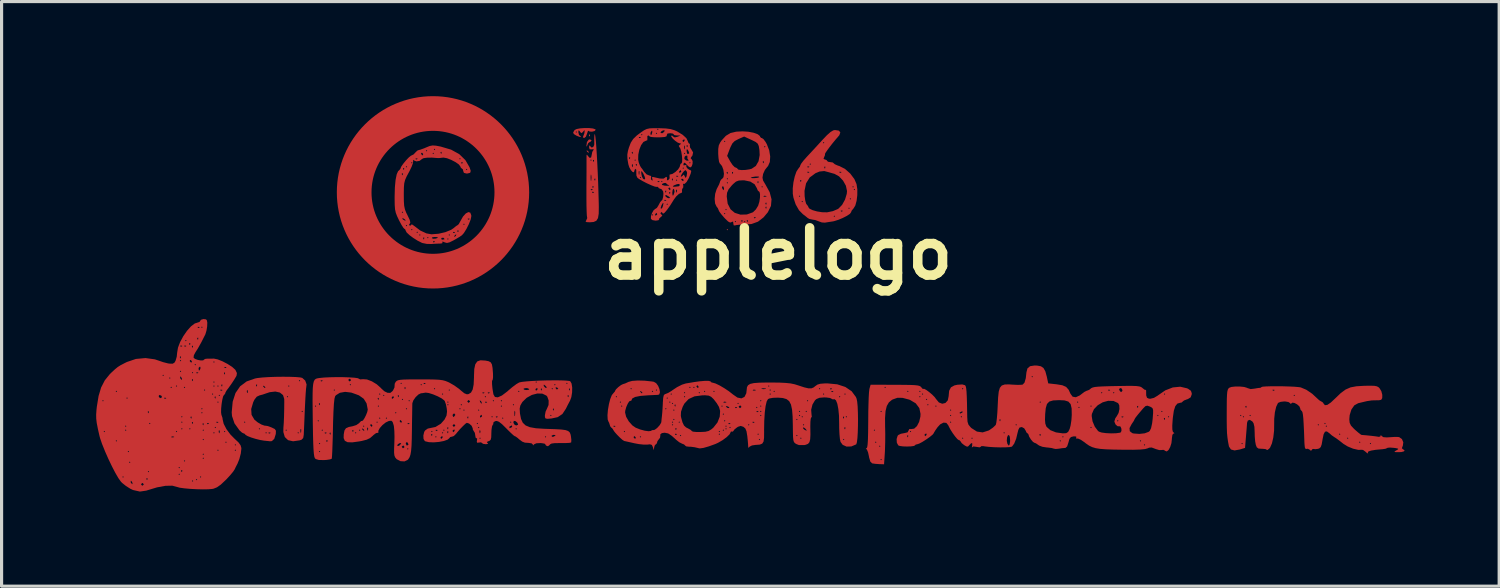
<source format=kicad_pcb>
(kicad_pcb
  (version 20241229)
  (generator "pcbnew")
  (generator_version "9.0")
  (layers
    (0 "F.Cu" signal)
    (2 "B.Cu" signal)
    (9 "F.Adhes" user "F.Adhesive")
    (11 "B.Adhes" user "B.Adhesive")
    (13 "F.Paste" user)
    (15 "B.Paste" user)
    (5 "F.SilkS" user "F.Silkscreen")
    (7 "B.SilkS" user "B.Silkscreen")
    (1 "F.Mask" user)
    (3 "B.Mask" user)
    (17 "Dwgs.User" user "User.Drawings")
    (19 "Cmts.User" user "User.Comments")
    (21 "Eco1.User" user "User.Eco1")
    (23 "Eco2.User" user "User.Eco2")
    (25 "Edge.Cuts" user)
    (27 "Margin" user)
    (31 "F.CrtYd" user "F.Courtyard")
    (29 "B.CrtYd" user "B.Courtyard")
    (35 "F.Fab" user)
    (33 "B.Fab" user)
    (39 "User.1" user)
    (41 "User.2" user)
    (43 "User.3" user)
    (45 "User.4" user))
  (footprint "applelogo"
    (layer "F.Cu")
    (at 21.63 4.996)
    (property "Reference" "applelogo" (at 0 0 0) (layer "F.SilkS") (effects (font (size 1.5 1.5) (thickness 0.3))))
    (attr board_only exclude_from_pos_files exclude_from_bom)
    (fp_circle (center -10.947 -1.946) (end -8.447 -1.946) (stroke (width 1.1) (type solid)) (fill no) (layer "F.Cu"))
    (fp_poly (pts (xy -1.59 -0.763) (xy -1.611 -0.742) (xy -1.633 -0.763) (xy -1.611 -0.784)) (stroke (width 0) (type solid)) (fill yes) (layer "F.Cu"))
    (fp_poly (pts (xy -5.972 -3.781) (xy -5.967 -3.731) (xy -5.972 -3.724) (xy -5.997 -3.73) (xy -6 -3.753) (xy -5.985 -3.788)) (stroke (width 0) (type solid)) (fill yes) (layer "F.Cu"))
    (fp_poly (pts (xy -6.049 -3.269) (xy -6.004 -3.226) (xy -6.013 -3.202) (xy -6.019 -3.202) (xy -6.055 -3.232) (xy -6.068 -3.25) (xy -6.073 -3.279)) (stroke (width 0) (type solid)) (fill yes) (layer "F.Cu"))
    (fp_poly (pts (xy -5.924 -3.602) (xy -5.923 -3.58) (xy -5.967 -3.54) (xy -5.98 -3.54) (xy -6.022 -3.509) (xy -6.049 -3.448) (xy -6.071 -3.394) (xy -6.081 -3.421) (xy -6.065 -3.539) (xy -6.013 -3.613) (xy -5.971 -3.626)) (stroke (width 0) (type solid)) (fill yes) (layer "F.Cu"))
    (fp_poly (pts (xy -5.994 -3.984) (xy -5.874 -3.971) (xy -5.8 -3.946) (xy -5.788 -3.927) (xy -5.823 -3.89) (xy -5.901 -3.87) (xy -5.978 -3.873) (xy -6.014 -3.897) (xy -6.032 -3.893) (xy -6.056 -3.825) (xy -6.061 -3.806) (xy -6.1 -3.708) (xy -6.153 -3.668) (xy -6.154 -3.668) (xy -6.194 -3.69) (xy -6.184 -3.721) (xy -6.15 -3.807) (xy -6.14 -3.859) (xy -6.137 -3.917) (xy -6.163 -3.899) (xy -6.183 -3.873) (xy -6.23 -3.824) (xy -6.267 -3.846) (xy -6.286 -3.873) (xy -6.323 -3.917) (xy -6.335 -3.885) (xy -6.337 -3.852) (xy -6.318 -3.77) (xy -6.286 -3.741) (xy -6.251 -3.712) (xy -6.255 -3.703) (xy -6.303 -3.706) (xy -6.39 -3.74) (xy -6.392 -3.741) (xy -6.483 -3.796) (xy -6.501 -3.848) (xy -6.494 -3.859) (xy -6.424 -3.859) (xy -6.403 -3.838) (xy -6.382 -3.859) (xy -6.403 -3.88) (xy -6.424 -3.859) (xy -6.494 -3.859) (xy -6.456 -3.921) (xy -6.455 -3.922) (xy -6.391 -3.954) (xy -6.277 -3.975) (xy -6.137 -3.985)) (stroke (width 0) (type solid)) (fill yes) (layer "F.Cu"))
    (fp_poly (pts (xy -5.809 -3.782) (xy -5.796 -3.701) (xy -5.781 -3.56) (xy -5.766 -3.368) (xy -5.751 -3.133) (xy -5.736 -2.863) (xy -5.722 -2.566) (xy -5.709 -2.252) (xy -5.699 -1.928) (xy -5.69 -1.603) (xy -5.688 -1.48) (xy -5.691 -1.269) (xy -5.714 -1.129) (xy -5.765 -1.045) (xy -5.851 -1.006) (xy -5.968 -0.996) (xy -6.073 -1.001) (xy -6.107 -1.019) (xy -6.087 -1.058) (xy -6.055 -1.129) (xy -6.061 -1.161) (xy -6.068 -1.214) (xy -6.074 -1.339) (xy -6.079 -1.522) (xy -6.081 -1.749) (xy -6.081 -1.958) (xy -5.901 -1.958) (xy -5.895 -1.932) (xy -5.873 -1.929) (xy -5.838 -1.945) (xy -5.845 -1.958) (xy -5.895 -1.963) (xy -5.901 -1.958) (xy -6.081 -1.958) (xy -6.081 -2.007) (xy -6.081 -2.042) (xy -5.944 -2.042) (xy -5.938 -2.017) (xy -5.915 -2.014) (xy -5.88 -2.03) (xy -5.887 -2.042) (xy -5.937 -2.048) (xy -5.944 -2.042) (xy -6.081 -2.042) (xy -6.081 -2.064) (xy -6.081 -2.127) (xy -5.901 -2.127) (xy -5.895 -2.102) (xy -5.873 -2.099) (xy -5.838 -2.115) (xy -5.845 -2.127) (xy -5.895 -2.132) (xy -5.901 -2.127) (xy -6.081 -2.127) (xy -6.079 -2.334) (xy -6.079 -2.417) (xy -5.947 -2.417) (xy -5.944 -2.33) (xy -5.934 -2.307) (xy -5.929 -2.321) (xy -5.926 -2.353) (xy -5.831 -2.353) (xy -5.815 -2.319) (xy -5.802 -2.325) (xy -5.797 -2.375) (xy -5.802 -2.382) (xy -5.827 -2.376) (xy -5.831 -2.353) (xy -5.926 -2.353) (xy -5.921 -2.423) (xy -5.928 -2.491) (xy -5.939 -2.514) (xy -5.946 -2.463) (xy -5.947 -2.417) (xy -6.079 -2.417) (xy -6.078 -2.583) (xy -6.078 -2.794) (xy -6.078 -2.954) (xy -6.078 -2.968) (xy -5.958 -2.968) (xy -5.937 -2.947) (xy -5.873 -2.947) (xy -5.857 -2.912) (xy -5.845 -2.919) (xy -5.84 -2.969) (xy -5.845 -2.975) (xy -5.87 -2.97) (xy -5.873 -2.947) (xy -5.937 -2.947) (xy -5.915 -2.968) (xy -5.937 -2.989) (xy -5.958 -2.968) (xy -6.078 -2.968) (xy -6.078 -3.046) (xy -6.078 -3.053) (xy -6.076 -3.133) (xy -6.059 -3.138) (xy -6.039 -3.106) (xy -5.979 -3.039) (xy -5.932 -3.051) (xy -5.915 -3.129) (xy -5.895 -3.229) (xy -5.865 -3.277) (xy -5.845 -3.311) (xy -5.895 -3.311) (xy -5.908 -3.309) (xy -5.979 -3.312) (xy -5.997 -3.375) (xy -5.997 -3.384) (xy -5.987 -3.436) (xy -5.972 -3.424) (xy -5.923 -3.369) (xy -5.868 -3.38) (xy -5.834 -3.446) (xy -5.832 -3.488) (xy -5.834 -3.622) (xy -5.83 -3.732) (xy -5.82 -3.795)) (stroke (width 0) (type solid)) (fill yes) (layer "F.Cu"))
    (fp_poly (pts (xy -15.488 3.905) (xy -15.3 3.912) (xy -15.16 3.924) (xy -15.094 3.939) (xy -15 4.024) (xy -14.957 4.145) (xy -14.966 4.226) (xy -14.974 4.287) (xy -14.984 4.416) (xy -14.995 4.597) (xy -15.006 4.815) (xy -15.012 4.94) (xy -15.022 5.18) (xy -15.031 5.401) (xy -15.039 5.583) (xy -15.045 5.709) (xy -15.046 5.743) (xy -15.064 5.848) (xy -15.118 5.901) (xy -15.175 5.92) (xy -15.385 5.95) (xy -15.544 5.914) (xy -15.647 5.815) (xy -15.686 5.682) (xy -15.244 5.682) (xy -15.223 5.703) (xy -15.202 5.682) (xy -15.223 5.661) (xy -15.244 5.682) (xy -15.686 5.682) (xy -15.693 5.655) (xy -15.693 5.597) (xy -15.626 5.597) (xy -15.605 5.619) (xy -15.153 5.619) (xy -15.146 5.679) (xy -15.131 5.672) (xy -15.126 5.585) (xy -15.131 5.566) (xy -15.147 5.56) (xy -15.153 5.619) (xy -15.605 5.619) (xy -15.583 5.597) (xy -15.605 5.576) (xy -15.626 5.597) (xy -15.693 5.597) (xy -15.692 5.527) (xy -15.68 5.366) (xy -15.671 5.153) (xy -15.668 5.004) (xy -15.117 5.004) (xy -15.096 5.025) (xy -15.075 5.004) (xy -15.096 4.982) (xy -15.117 5.004) (xy -15.668 5.004) (xy -15.666 4.923) (xy -15.664 4.707) (xy -15.665 4.609) (xy -15.687 4.537) (xy -15.583 4.537) (xy -15.562 4.558) (xy -15.541 4.537) (xy -15.562 4.516) (xy -15.583 4.537) (xy -15.687 4.537) (xy -15.704 4.485) (xy -15.803 4.404) (xy -15.948 4.372) (xy -16.126 4.393) (xy -16.241 4.431) (xy -16.348 4.468) (xy -16.445 4.493) (xy -16.536 4.535) (xy -16.609 4.628) (xy -16.649 4.71) (xy -16.713 4.927) (xy -16.701 5.112) (xy -16.612 5.263) (xy -16.607 5.268) (xy -16.505 5.351) (xy -16.387 5.419) (xy -16.286 5.455) (xy -16.251 5.456) (xy -16.194 5.466) (xy -16.093 5.501) (xy -16.065 5.512) (xy -15.967 5.56) (xy -15.929 5.613) (xy -15.932 5.703) (xy -15.937 5.732) (xy -15.982 5.873) (xy -16.057 5.944) (xy -16.114 5.95) (xy -16.182 5.942) (xy -16.292 5.931) (xy -16.304 5.93) (xy -16.429 5.909) (xy -16.574 5.873) (xy -16.715 5.829) (xy -16.829 5.784) (xy -16.892 5.748) (xy -16.898 5.737) (xy -16.931 5.705) (xy -16.946 5.703) (xy -16.99 5.682) (xy -16.262 5.682) (xy -16.241 5.703) (xy -16.22 5.682) (xy -16.227 5.675) (xy -16.163 5.675) (xy -16.157 5.7) (xy -16.135 5.703) (xy -16.1 5.688) (xy -16.106 5.675) (xy -16.157 5.67) (xy -16.163 5.675) (xy -16.227 5.675) (xy -16.241 5.661) (xy -16.262 5.682) (xy -16.99 5.682) (xy -17.006 5.674) (xy -17.083 5.605) (xy -17.084 5.604) (xy -17.119 5.555) (xy -16.474 5.555) (xy -16.453 5.576) (xy -16.432 5.555) (xy -16.453 5.534) (xy -16.474 5.555) (xy -17.119 5.555) (xy -17.244 5.38) (xy -17.256 5.343) (xy -16.94 5.343) (xy -16.919 5.364) (xy -16.898 5.343) (xy -16.919 5.322) (xy -16.94 5.343) (xy -17.256 5.343) (xy -17.322 5.149) (xy -17.331 5.031) (xy -17.3 4.694) (xy -17.211 4.419) (xy -17.173 4.364) (xy -16.852 4.364) (xy -16.844 4.419) (xy -16.83 4.42) (xy -16.82 4.363) (xy -16.827 4.338) (xy -16.845 4.322) (xy -16.852 4.364) (xy -17.173 4.364) (xy -17.064 4.206) (xy -17.025 4.177) (xy -16.559 4.177) (xy -16.543 4.212) (xy -16.53 4.205) (xy -16.529 4.189) (xy -16.34 4.189) (xy -16.33 4.213) (xy -16.287 4.258) (xy -16.262 4.249) (xy -16.262 4.243) (xy -16.292 4.207) (xy -16.305 4.198) (xy -15.541 4.198) (xy -15.52 4.219) (xy -15.499 4.198) (xy -15.52 4.177) (xy -15.541 4.198) (xy -16.305 4.198) (xy -16.311 4.194) (xy -16.34 4.189) (xy -16.529 4.189) (xy -16.525 4.155) (xy -16.53 4.149) (xy -16.556 4.154) (xy -16.559 4.177) (xy -17.025 4.177) (xy -16.858 4.052) (xy -16.79 4.028) (xy -15.202 4.028) (xy -15.181 4.05) (xy -15.159 4.028) (xy -15.181 4.007) (xy -15.202 4.028) (xy -16.79 4.028) (xy -16.593 3.959) (xy -16.516 3.944) (xy -16.362 3.927) (xy -16.163 3.914) (xy -15.939 3.906) (xy -15.708 3.903)) (stroke (width 0) (type solid)) (fill yes) (layer "F.Cu"))
    (fp_poly (pts (xy 1.925 -3.903) (xy 1.972 -3.847) (xy 1.942 -3.76) (xy 1.905 -3.715) (xy 1.821 -3.618) (xy 1.724 -3.5) (xy 1.629 -3.378) (xy 1.549 -3.269) (xy 1.496 -3.19) (xy 1.484 -3.159) (xy 1.485 -3.159) (xy 1.486 -3.128) (xy 1.463 -3.074) (xy 1.439 -3.009) (xy 1.473 -2.99) (xy 1.483 -2.989) (xy 1.54 -2.967) (xy 1.548 -2.947) (xy 1.584 -2.915) (xy 1.654 -2.905) (xy 1.733 -2.892) (xy 1.76 -2.869) (xy 1.797 -2.837) (xy 1.889 -2.796) (xy 1.94 -2.78) (xy 2.117 -2.691) (xy 2.284 -2.544) (xy 2.418 -2.366) (xy 2.486 -2.207) (xy 2.511 -2.043) (xy 2.51 -1.857) (xy 2.488 -1.676) (xy 2.447 -1.527) (xy 2.393 -1.439) (xy 2.331 -1.364) (xy 2.311 -1.311) (xy 2.274 -1.262) (xy 2.179 -1.199) (xy 2.048 -1.132) (xy 1.904 -1.072) (xy 1.768 -1.03) (xy 1.717 -1.021) (xy 1.59 -1.002) (xy 1.487 -0.985) (xy 1.484 -0.984) (xy 1.384 -0.991) (xy 1.293 -1.024) (xy 1.177 -1.067) (xy 1.089 -1.081) (xy 0.987 -1.103) (xy 0.935 -1.134) (xy 0.871 -1.187) (xy 1.76 -1.187) (xy 1.781 -1.166) (xy 1.802 -1.187) (xy 1.781 -1.209) (xy 1.76 -1.187) (xy 0.871 -1.187) (xy 0.857 -1.199) (xy 0.786 -1.251) (xy 0.661 -1.378) (xy 0.556 -1.562) (xy 0.525 -1.654) (xy 0.742 -1.654) (xy 0.763 -1.633) (xy 0.784 -1.654) (xy 0.763 -1.675) (xy 0.742 -1.654) (xy 0.525 -1.654) (xy 0.485 -1.776) (xy 0.477 -1.823) (xy 0.657 -1.823) (xy 0.678 -1.802) (xy 0.7 -1.823) (xy 0.678 -1.845) (xy 0.657 -1.823) (xy 0.477 -1.823) (xy 0.464 -1.903) (xy 0.464 -1.993) (xy 0.836 -1.993) (xy 0.84 -1.825) (xy 0.859 -1.688) (xy 0.886 -1.59) (xy 0.909 -1.556) (xy 0.95 -1.506) (xy 0.954 -1.482) (xy 0.993 -1.429) (xy 1.094 -1.38) (xy 1.235 -1.34) (xy 1.394 -1.315) (xy 1.548 -1.312) (xy 1.564 -1.314) (xy 1.737 -1.35) (xy 1.77 -1.364) (xy 1.986 -1.364) (xy 1.992 -1.339) (xy 2.014 -1.336) (xy 2.049 -1.351) (xy 2.042 -1.364) (xy 1.992 -1.369) (xy 1.986 -1.364) (xy 1.77 -1.364) (xy 1.891 -1.416) (xy 1.914 -1.43) (xy 1.925 -1.442) (xy 2.226 -1.442) (xy 2.247 -1.421) (xy 2.269 -1.442) (xy 2.247 -1.463) (xy 2.226 -1.442) (xy 1.925 -1.442) (xy 2.028 -1.548) (xy 2.121 -1.716) (xy 2.128 -1.739) (xy 2.269 -1.739) (xy 2.29 -1.717) (xy 2.311 -1.739) (xy 2.29 -1.76) (xy 2.269 -1.739) (xy 2.128 -1.739) (xy 2.176 -1.899) (xy 2.184 -1.987) (xy 2.174 -2.035) (xy 2.396 -2.035) (xy 2.417 -2.014) (xy 2.438 -2.035) (xy 2.417 -2.057) (xy 2.396 -2.035) (xy 2.174 -2.035) (xy 2.156 -2.12) (xy 2.353 -2.12) (xy 2.375 -2.099) (xy 2.396 -2.12) (xy 2.375 -2.141) (xy 2.353 -2.12) (xy 2.156 -2.12) (xy 2.149 -2.155) (xy 2.058 -2.318) (xy 1.93 -2.453) (xy 1.785 -2.533) (xy 1.758 -2.54) (xy 1.661 -2.567) (xy 1.633 -2.576) (xy 1.566 -2.594) (xy 1.944 -2.594) (xy 1.949 -2.569) (xy 1.972 -2.565) (xy 2.007 -2.581) (xy 2 -2.594) (xy 1.95 -2.599) (xy 1.944 -2.594) (xy 1.566 -2.594) (xy 1.463 -2.621) (xy 1.313 -2.606) (xy 1.183 -2.552) (xy 1.001 -2.417) (xy 0.885 -2.23) (xy 0.836 -1.993) (xy 0.464 -1.993) (xy 0.463 -2.075) (xy 0.485 -2.266) (xy 0.495 -2.311) (xy 0.7 -2.311) (xy 0.715 -2.276) (xy 0.728 -2.283) (xy 0.733 -2.333) (xy 0.728 -2.339) (xy 0.703 -2.333) (xy 0.7 -2.311) (xy 0.495 -2.311) (xy 0.526 -2.449) (xy 0.576 -2.594) (xy 0.926 -2.594) (xy 0.932 -2.569) (xy 0.954 -2.565) (xy 0.989 -2.581) (xy 0.982 -2.594) (xy 0.932 -2.599) (xy 0.926 -2.594) (xy 0.576 -2.594) (xy 0.578 -2.6) (xy 0.637 -2.694) (xy 0.641 -2.697) (xy 0.691 -2.763) (xy 0.926 -2.763) (xy 0.932 -2.738) (xy 0.954 -2.735) (xy 1.463 -2.735) (xy 1.478 -2.7) (xy 1.491 -2.707) (xy 1.496 -2.757) (xy 1.491 -2.763) (xy 1.466 -2.758) (xy 1.463 -2.735) (xy 0.954 -2.735) (xy 0.989 -2.751) (xy 0.982 -2.763) (xy 0.932 -2.768) (xy 0.926 -2.763) (xy 0.691 -2.763) (xy 0.692 -2.765) (xy 0.7 -2.796) (xy 0.722 -2.841) (xy 0.996 -2.841) (xy 1.018 -2.82) (xy 1.039 -2.841) (xy 1.018 -2.862) (xy 0.996 -2.841) (xy 0.722 -2.841) (xy 0.727 -2.851) (xy 0.798 -2.946) (xy 0.899 -3.06) (xy 0.901 -3.063) (xy 1.022 -3.193) (xy 1.175 -3.358) (xy 1.323 -3.52) (xy 1.421 -3.52) (xy 1.442 -3.498) (xy 1.463 -3.52) (xy 1.442 -3.541) (xy 1.421 -3.52) (xy 1.323 -3.52) (xy 1.333 -3.53) (xy 1.397 -3.601) (xy 1.549 -3.76) (xy 1.662 -3.86) (xy 1.747 -3.911) (xy 1.802 -3.922)) (stroke (width 0) (type solid)) (fill yes) (layer "F.Cu"))
    (fp_poly (pts (xy -0.943 -3.868) (xy -0.776 -3.835) (xy -0.648 -3.788) (xy -0.579 -3.732) (xy -0.572 -3.707) (xy -0.539 -3.671) (xy -0.516 -3.668) (xy -0.465 -3.633) (xy -0.399 -3.544) (xy -0.357 -3.469) (xy -0.283 -3.276) (xy -0.252 -3.082) (xy -0.264 -2.909) (xy -0.32 -2.78) (xy -0.347 -2.75) (xy -0.421 -2.655) (xy -0.477 -2.529) (xy -0.479 -2.52) (xy -0.497 -2.413) (xy -0.479 -2.323) (xy -0.414 -2.211) (xy -0.408 -2.202) (xy -0.269 -1.951) (xy -0.21 -1.726) (xy -0.228 -1.516) (xy -0.327 -1.314) (xy -0.462 -1.153) (xy -0.64 -1.015) (xy -0.845 -0.941) (xy -1.086 -0.922) (xy -1.226 -0.919) (xy -1.333 -0.906) (xy -1.371 -0.895) (xy -1.411 -0.901) (xy -1.421 -0.957) (xy -1.43 -1.018) (xy -1.378 -1.018) (xy -1.357 -0.996) (xy -1.336 -1.018) (xy -1.357 -1.039) (xy -1.166 -1.039) (xy -1.151 -1.004) (xy -1.138 -1.011) (xy -1.137 -1.018) (xy -1.081 -1.018) (xy -1.06 -0.996) (xy -1.039 -1.018) (xy -1.06 -1.039) (xy -0.996 -1.039) (xy -0.981 -1.004) (xy -0.968 -1.011) (xy -0.963 -1.061) (xy -0.968 -1.067) (xy -0.993 -1.061) (xy -0.996 -1.039) (xy -1.06 -1.039) (xy -1.081 -1.018) (xy -1.137 -1.018) (xy -1.133 -1.061) (xy -1.138 -1.067) (xy -1.163 -1.061) (xy -1.166 -1.039) (xy -1.357 -1.039) (xy -1.378 -1.018) (xy -1.43 -1.018) (xy -1.431 -1.019) (xy -1.469 -1.008) (xy -1.478 -1.001) (xy -1.524 -0.987) (xy -1.587 -1.021) (xy -1.682 -1.112) (xy -1.712 -1.144) (xy -1.719 -1.152) (xy -0.77 -1.152) (xy -0.765 -1.127) (xy -0.742 -1.124) (xy -0.707 -1.139) (xy -0.714 -1.152) (xy -0.764 -1.157) (xy -0.77 -1.152) (xy -1.719 -1.152) (xy -1.805 -1.252) (xy -1.82 -1.272) (xy -1.717 -1.272) (xy -1.696 -1.251) (xy -1.675 -1.272) (xy -1.696 -1.293) (xy -1.717 -1.272) (xy -1.82 -1.272) (xy -1.868 -1.339) (xy -1.887 -1.38) (xy -1.895 -1.399) (xy -1.675 -1.399) (xy -1.654 -1.378) (xy -1.633 -1.399) (xy -1.654 -1.421) (xy -1.675 -1.399) (xy -1.895 -1.399) (xy -1.914 -1.446) (xy -1.951 -1.49) (xy -1.999 -1.589) (xy -2.014 -1.735) (xy -2.006 -1.818) (xy -1.631 -1.818) (xy -1.601 -1.586) (xy -1.509 -1.407) (xy -1.375 -1.295) (xy -1.193 -1.238) (xy -0.992 -1.244) (xy -0.81 -1.309) (xy -0.792 -1.32) (xy -0.707 -1.404) (xy -0.671 -1.463) (xy -0.403 -1.463) (xy -0.387 -1.428) (xy -0.375 -1.435) (xy -0.369 -1.485) (xy -0.375 -1.491) (xy -0.4 -1.485) (xy -0.403 -1.463) (xy -0.671 -1.463) (xy -0.636 -1.52) (xy -0.633 -1.528) (xy -0.614 -1.59) (xy -0.403 -1.59) (xy -0.387 -1.555) (xy -0.375 -1.562) (xy -0.369 -1.612) (xy -0.375 -1.618) (xy -0.4 -1.613) (xy -0.403 -1.59) (xy -0.614 -1.59) (xy -0.596 -1.647) (xy -0.577 -1.776) (xy -0.576 -1.812) (xy -0.469 -1.812) (xy -0.428 -1.806) (xy -0.373 -1.813) (xy -0.372 -1.828) (xy -0.429 -1.838) (xy -0.453 -1.831) (xy -0.469 -1.812) (xy -0.576 -1.812) (xy -0.575 -1.889) (xy -0.592 -1.96) (xy -0.61 -1.972) (xy -0.648 -2.008) (xy -0.675 -2.077) (xy -0.7 -2.12) (xy -0.53 -2.12) (xy -0.509 -2.099) (xy -0.488 -2.12) (xy -0.509 -2.141) (xy -0.53 -2.12) (xy -0.7 -2.12) (xy -0.747 -2.202) (xy -0.855 -2.269) (xy -0.657 -2.269) (xy -0.642 -2.234) (xy -0.629 -2.24) (xy -0.624 -2.291) (xy -0.629 -2.297) (xy -0.654 -2.291) (xy -0.657 -2.269) (xy -0.855 -2.269) (xy -0.884 -2.287) (xy -1.072 -2.326) (xy -1.121 -2.327) (xy -1.247 -2.32) (xy -1.338 -2.286) (xy -1.429 -2.208) (xy -1.475 -2.16) (xy -1.573 -2.04) (xy -1.62 -1.933) (xy -1.631 -1.818) (xy -2.006 -1.818) (xy -1.998 -1.898) (xy -1.951 -2.047) (xy -1.929 -2.089) (xy -1.918 -2.11) (xy -1.782 -2.11) (xy -1.775 -2.078) (xy -1.745 -2.022) (xy -1.734 -2.014) (xy -1.719 -2.049) (xy -1.717 -2.078) (xy -1.74 -2.134) (xy -1.758 -2.141) (xy -1.782 -2.11) (xy -1.918 -2.11) (xy -1.874 -2.195) (xy -1.855 -2.247) (xy -1.633 -2.247) (xy -1.611 -2.226) (xy -1.59 -2.247) (xy -1.611 -2.269) (xy -1.633 -2.247) (xy -1.855 -2.247) (xy -1.845 -2.276) (xy -1.845 -2.286) (xy -1.81 -2.351) (xy -1.781 -2.369) (xy -1.776 -2.375) (xy -1.633 -2.375) (xy -1.611 -2.353) (xy -1.59 -2.375) (xy -1.611 -2.396) (xy -1.633 -2.375) (xy -1.776 -2.375) (xy -1.745 -2.412) (xy -0.869 -2.412) (xy -0.834 -2.397) (xy -0.753 -2.396) (xy -0.664 -2.405) (xy -0.605 -2.424) (xy -0.599 -2.429) (xy -0.621 -2.447) (xy -0.703 -2.448) (xy -0.724 -2.446) (xy -0.821 -2.43) (xy -0.868 -2.414) (xy -0.869 -2.412) (xy -1.745 -2.412) (xy -1.733 -2.428) (xy -1.719 -2.534) (xy -1.724 -2.565) (xy -1.633 -2.565) (xy -1.617 -2.531) (xy -1.604 -2.537) (xy -1.601 -2.565) (xy -1.463 -2.565) (xy -1.447 -2.531) (xy -1.435 -2.537) (xy -1.43 -2.587) (xy -1.435 -2.594) (xy -1.46 -2.588) (xy -1.463 -2.565) (xy -1.601 -2.565) (xy -1.599 -2.587) (xy -1.604 -2.594) (xy -1.629 -2.588) (xy -1.633 -2.565) (xy -1.724 -2.565) (xy -1.737 -2.66) (xy -1.781 -2.779) (xy -1.848 -2.862) (xy -1.854 -2.867) (xy -1.875 -2.919) (xy -1.892 -3.032) (xy -1.897 -3.102) (xy -1.618 -3.102) (xy -1.516 -2.918) (xy -1.445 -2.812) (xy -1.38 -2.746) (xy -1.353 -2.735) (xy -1.299 -2.711) (xy -1.293 -2.693) (xy -1.256 -2.664) (xy -1.162 -2.652) (xy -1.037 -2.656) (xy -0.907 -2.676) (xy -0.839 -2.695) (xy -0.708 -2.783) (xy -0.638 -2.905) (xy -0.488 -2.905) (xy -0.472 -2.87) (xy -0.459 -2.876) (xy -0.454 -2.927) (xy -0.459 -2.933) (xy -0.485 -2.927) (xy -0.488 -2.905) (xy -0.638 -2.905) (xy -0.622 -2.932) (xy -0.586 -3.128) (xy -0.594 -3.287) (xy -0.611 -3.392) (xy -0.445 -3.392) (xy -0.424 -3.371) (xy -0.403 -3.392) (xy -0.424 -3.414) (xy -0.445 -3.392) (xy -0.611 -3.392) (xy -0.614 -3.412) (xy -0.647 -3.488) (xy -0.713 -3.543) (xy -0.833 -3.603) (xy -0.851 -3.611) (xy -1.079 -3.715) (xy -1.263 -3.634) (xy -1.378 -3.573) (xy -1.452 -3.498) (xy -1.512 -3.379) (xy -1.533 -3.327) (xy -1.618 -3.102) (xy -1.897 -3.102) (xy -1.901 -3.167) (xy -1.9 -3.327) (xy -1.882 -3.437) (xy -1.838 -3.528) (xy -1.814 -3.562) (xy -1.717 -3.562) (xy -1.696 -3.541) (xy -1.675 -3.562) (xy -1.696 -3.583) (xy -1.717 -3.562) (xy -1.814 -3.562) (xy -1.789 -3.597) (xy -1.658 -3.739) (xy -1.512 -3.827) (xy -1.328 -3.87) (xy -1.132 -3.88)) (stroke (width 0) (type solid)) (fill yes) (layer "F.Cu"))
    (fp_poly (pts (xy 18.91 4.191) (xy 18.99 4.207) (xy 19.044 4.237) (xy 19.073 4.266) (xy 19.131 4.361) (xy 19.161 4.477) (xy 19.159 4.579) (xy 19.127 4.633) (xy 19.056 4.649) (xy 18.954 4.65) (xy 18.831 4.653) (xy 18.681 4.675) (xy 18.636 4.685) (xy 18.511 4.715) (xy 18.418 4.737) (xy 18.397 4.742) (xy 18.274 4.81) (xy 18.181 4.943) (xy 18.126 5.122) (xy 18.115 5.255) (xy 18.126 5.364) (xy 18.168 5.452) (xy 18.259 5.55) (xy 18.295 5.584) (xy 18.397 5.672) (xy 18.474 5.732) (xy 18.502 5.748) (xy 18.65 5.76) (xy 18.806 5.776) (xy 18.943 5.792) (xy 19.034 5.806) (xy 19.05 5.81) (xy 19.098 5.797) (xy 19.104 5.776) (xy 19.117 5.753) (xy 19.142 5.783) (xy 19.195 5.819) (xy 19.304 5.827) (xy 19.402 5.821) (xy 19.543 5.812) (xy 19.658 5.813) (xy 19.698 5.819) (xy 19.784 5.879) (xy 19.827 5.982) (xy 19.813 6.09) (xy 19.807 6.101) (xy 19.782 6.17) (xy 19.813 6.2) (xy 19.868 6.236) (xy 19.849 6.269) (xy 19.768 6.291) (xy 19.686 6.295) (xy 19.577 6.293) (xy 19.543 6.282) (xy 19.574 6.257) (xy 19.607 6.238) (xy 19.664 6.203) (xy 19.662 6.183) (xy 19.593 6.167) (xy 19.523 6.158) (xy 19.406 6.149) (xy 19.329 6.156) (xy 19.316 6.164) (xy 19.263 6.187) (xy 19.161 6.202) (xy 19.145 6.203) (xy 18.956 6.22) (xy 18.809 6.244) (xy 18.721 6.273) (xy 18.702 6.301) (xy 18.713 6.337) (xy 18.676 6.323) (xy 18.621 6.275) (xy 18.555 6.227) (xy 18.522 6.22) (xy 18.397 6.222) (xy 18.234 6.184) (xy 18.066 6.115) (xy 17.922 6.027) (xy 17.916 6.021) (xy 18.764 6.021) (xy 18.785 6.043) (xy 18.806 6.021) (xy 18.785 6) (xy 18.764 6.021) (xy 17.916 6.021) (xy 17.911 6.017) (xy 17.863 5.979) (xy 18.425 5.979) (xy 18.446 6) (xy 18.467 5.979) (xy 18.446 5.958) (xy 18.425 5.979) (xy 17.863 5.979) (xy 17.794 5.925) (xy 17.694 5.852) (xy 18.043 5.852) (xy 18.064 5.873) (xy 18.085 5.852) (xy 18.064 5.831) (xy 18.043 5.852) (xy 17.694 5.852) (xy 17.693 5.851) (xy 17.652 5.826) (xy 17.558 5.761) (xy 17.517 5.725) (xy 17.788 5.725) (xy 17.81 5.746) (xy 17.831 5.725) (xy 17.81 5.703) (xy 17.788 5.725) (xy 17.517 5.725) (xy 17.486 5.697) (xy 17.404 5.637) (xy 17.344 5.645) (xy 17.3 5.728) (xy 17.266 5.889) (xy 17.264 5.905) (xy 17.238 6.051) (xy 17.208 6.134) (xy 17.164 6.175) (xy 17.124 6.189) (xy 17.031 6.201) (xy 16.984 6.192) (xy 16.939 6.202) (xy 16.926 6.223) (xy 16.898 6.254) (xy 16.866 6.221) (xy 16.799 6.186) (xy 16.763 6.192) (xy 16.726 6.191) (xy 16.704 6.142) (xy 16.693 6.03) (xy 16.69 5.97) (xy 16.679 5.648) (xy 16.67 5.47) (xy 17.364 5.47) (xy 17.386 5.491) (xy 17.407 5.47) (xy 17.386 5.449) (xy 17.364 5.47) (xy 16.67 5.47) (xy 16.668 5.428) (xy 17.11 5.428) (xy 17.131 5.449) (xy 17.152 5.428) (xy 17.131 5.407) (xy 17.11 5.428) (xy 16.668 5.428) (xy 16.667 5.402) (xy 16.666 5.385) (xy 17.322 5.385) (xy 17.343 5.407) (xy 17.364 5.385) (xy 17.343 5.364) (xy 17.322 5.385) (xy 16.666 5.385) (xy 16.656 5.222) (xy 16.643 5.1) (xy 16.628 5.027) (xy 16.611 4.994) (xy 16.605 4.991) (xy 16.564 4.941) (xy 16.558 4.905) (xy 16.529 4.84) (xy 16.458 4.778) (xy 16.375 4.734) (xy 16.307 4.725) (xy 16.286 4.742) (xy 16.257 4.767) (xy 16.237 4.739) (xy 16.182 4.704) (xy 16.078 4.686) (xy 16.052 4.686) (xy 15.936 4.699) (xy 15.858 4.731) (xy 15.851 4.739) (xy 15.795 4.857) (xy 15.754 5.033) (xy 15.733 5.238) (xy 15.732 5.385) (xy 15.729 5.612) (xy 15.704 5.83) (xy 15.661 6.016) (xy 15.603 6.148) (xy 15.576 6.182) (xy 15.519 6.226) (xy 15.499 6.221) (xy 15.461 6.198) (xy 15.369 6.188) (xy 15.343 6.188) (xy 15.236 6.181) (xy 15.18 6.141) (xy 15.15 6.064) (xy 15.129 5.952) (xy 15.116 5.795) (xy 15.113 5.668) (xy 15.105 5.492) (xy 15.078 5.378) (xy 15.04 5.321) (xy 14.959 5.27) (xy 14.896 5.292) (xy 14.872 5.364) (xy 14.867 5.434) (xy 14.857 5.564) (xy 14.843 5.731) (xy 14.838 5.794) (xy 14.808 6.16) (xy 14.643 6.21) (xy 14.474 6.24) (xy 14.361 6.21) (xy 14.3 6.119) (xy 14.294 6.094) (xy 14.28 6.021) (xy 14.693 6.021) (xy 14.714 6.043) (xy 14.735 6.021) (xy 14.714 6) (xy 14.693 6.021) (xy 14.28 6.021) (xy 14.267 5.953) (xy 14.249 5.825) (xy 14.236 5.69) (xy 14.23 5.527) (xy 14.227 5.317) (xy 14.227 5.173) (xy 14.735 5.173) (xy 14.757 5.194) (xy 14.778 5.173) (xy 14.757 5.152) (xy 14.735 5.173) (xy 14.227 5.173) (xy 14.227 5.131) (xy 14.651 5.131) (xy 14.672 5.152) (xy 14.693 5.131) (xy 14.947 5.131) (xy 14.969 5.152) (xy 14.99 5.131) (xy 14.969 5.11) (xy 14.947 5.131) (xy 14.693 5.131) (xy 14.672 5.11) (xy 14.651 5.131) (xy 14.227 5.131) (xy 14.227 5.088) (xy 14.228 4.855) (xy 14.82 4.855) (xy 14.836 4.89) (xy 14.848 4.884) (xy 14.854 4.833) (xy 14.848 4.827) (xy 14.823 4.833) (xy 14.82 4.855) (xy 14.228 4.855) (xy 14.228 4.816) (xy 14.23 4.615) (xy 14.235 4.495) (xy 16.347 4.495) (xy 16.368 4.516) (xy 16.389 4.495) (xy 16.368 4.474) (xy 16.347 4.495) (xy 14.235 4.495) (xy 14.236 4.474) (xy 14.245 4.38) (xy 14.259 4.319) (xy 14.259 4.318) (xy 15.682 4.318) (xy 15.688 4.343) (xy 15.711 4.346) (xy 15.746 4.331) (xy 15.739 4.318) (xy 15.689 4.313) (xy 15.682 4.318) (xy 14.259 4.318) (xy 14.279 4.28) (xy 14.3 4.256) (xy 14.373 4.227) (xy 14.498 4.213) (xy 14.643 4.213) (xy 14.779 4.227) (xy 14.873 4.255) (xy 14.885 4.263) (xy 14.987 4.294) (xy 15.106 4.28) (xy 15.217 4.261) (xy 15.29 4.254) (xy 15.297 4.254) (xy 15.329 4.232) (xy 15.329 4.23) (xy 15.368 4.218) (xy 15.475 4.21) (xy 15.63 4.205) (xy 15.816 4.204) (xy 16.016 4.206) (xy 16.21 4.212) (xy 16.383 4.22) (xy 16.515 4.232) (xy 16.577 4.242) (xy 16.752 4.316) (xy 16.937 4.442) (xy 17.079 4.573) (xy 17.159 4.647) (xy 17.221 4.685) (xy 17.227 4.686) (xy 17.278 4.72) (xy 17.295 4.749) (xy 17.341 4.805) (xy 17.417 4.796) (xy 17.528 4.721) (xy 17.672 4.586) (xy 17.846 4.419) (xy 17.998 4.308) (xy 18.154 4.24) (xy 18.342 4.205) (xy 18.587 4.19) (xy 18.592 4.19) (xy 18.783 4.187)) (stroke (width 0) (type solid)) (fill yes) (layer "F.Cu"))
    (fp_poly (pts (xy -10.853 -3.426) (xy -10.702 -3.397) (xy -10.374 -3.3) (xy -10.115 -3.158) (xy -9.919 -2.967) (xy -9.788 -2.741) (xy -9.75 -2.626) (xy -9.768 -2.566) (xy -9.849 -2.544) (xy -9.884 -2.542) (xy -9.966 -2.563) (xy -9.986 -2.616) (xy -10.001 -2.671) (xy -9.901 -2.671) (xy -9.88 -2.65) (xy -9.859 -2.671) (xy -9.88 -2.693) (xy -9.901 -2.671) (xy -10.001 -2.671) (xy -10.003 -2.681) (xy -10.024 -2.693) (xy -10.064 -2.728) (xy -10.081 -2.769) (xy -10.132 -2.834) (xy -10.214 -2.891) (xy -10.057 -2.891) (xy -10.051 -2.865) (xy -10.029 -2.862) (xy -9.994 -2.878) (xy -10 -2.891) (xy -10.051 -2.896) (xy -10.057 -2.891) (xy -10.214 -2.891) (xy -10.238 -2.907) (xy -10.371 -2.976) (xy -10.46 -3.011) (xy -10.113 -3.011) (xy -10.092 -2.989) (xy -10.071 -3.011) (xy -10.092 -3.032) (xy -10.113 -3.011) (xy -10.46 -3.011) (xy -10.505 -3.028) (xy -10.613 -3.048) (xy -10.639 -3.046) (xy -10.755 -3.032) (xy -10.813 -3.034) (xy -10.978 -3.047) (xy -11.13 -3.045) (xy -11.243 -3.03) (xy -11.292 -3.006) (xy -11.372 -2.944) (xy -11.474 -2.927) (xy -11.54 -2.952) (xy -11.582 -2.979) (xy -11.575 -2.939) (xy -11.575 -2.938) (xy -11.583 -2.872) (xy -11.625 -2.757) (xy -11.695 -2.613) (xy -11.712 -2.582) (xy -11.786 -2.444) (xy -11.833 -2.336) (xy -11.859 -2.232) (xy -11.87 -2.103) (xy -11.873 -1.924) (xy -11.873 -1.866) (xy -11.871 -1.663) (xy -11.861 -1.518) (xy -11.838 -1.408) (xy -11.798 -1.304) (xy -11.753 -1.213) (xy -11.686 -1.073) (xy -11.666 -0.989) (xy -11.683 -0.954) (xy -11.71 -0.915) (xy -11.687 -0.893) (xy -11.645 -0.896) (xy -11.64 -0.917) (xy -11.615 -0.93) (xy -11.549 -0.885) (xy -11.544 -0.881) (xy -11.352 -0.736) (xy -11.156 -0.644) (xy -10.995 -0.615) (xy -10.77 -0.633) (xy -10.553 -0.683) (xy -10.547 -0.686) (xy -10.311 -0.686) (xy -10.305 -0.66) (xy -10.283 -0.657) (xy -10.248 -0.673) (xy -10.255 -0.686) (xy -10.305 -0.691) (xy -10.311 -0.686) (xy -10.547 -0.686) (xy -10.444 -0.728) (xy -10.184 -0.728) (xy -10.178 -0.703) (xy -10.156 -0.7) (xy -10.121 -0.715) (xy -10.127 -0.728) (xy -10.178 -0.733) (xy -10.184 -0.728) (xy -10.444 -0.728) (xy -10.374 -0.756) (xy -10.297 -0.808) (xy -10.214 -0.876) (xy -10.16 -0.91) (xy -10.156 -0.912) (xy -10.136 -0.933) (xy -9.986 -0.933) (xy -9.965 -0.912) (xy -9.944 -0.933) (xy -9.965 -0.954) (xy -9.986 -0.933) (xy -10.136 -0.933) (xy -10.125 -0.946) (xy -10.081 -1.028) (xy -10.08 -1.028) (xy -10.034 -1.11) (xy -9.845 -1.11) (xy -9.839 -1.084) (xy -9.817 -1.081) (xy -9.782 -1.097) (xy -9.788 -1.11) (xy -9.839 -1.115) (xy -9.845 -1.11) (xy -10.034 -1.11) (xy -9.996 -1.177) (xy -9.907 -1.276) (xy -9.826 -1.319) (xy -9.765 -1.302) (xy -9.733 -1.219) (xy -9.732 -1.184) (xy -9.754 -1.079) (xy -9.811 -0.935) (xy -9.887 -0.784) (xy -9.967 -0.655) (xy -10.029 -0.585) (xy -10.101 -0.536) (xy -10.217 -0.467) (xy -10.293 -0.424) (xy -10.42 -0.361) (xy -10.504 -0.34) (xy -10.572 -0.357) (xy -10.584 -0.363) (xy -10.647 -0.388) (xy -10.646 -0.365) (xy -10.656 -0.329) (xy -10.715 -0.321) (xy -10.821 -0.318) (xy -10.959 -0.31) (xy -10.993 -0.307) (xy -11.142 -0.31) (xy -11.278 -0.337) (xy -11.301 -0.345) (xy -11.387 -0.389) (xy -10.947 -0.389) (xy -10.941 -0.363) (xy -10.919 -0.36) (xy -10.884 -0.376) (xy -10.891 -0.389) (xy -10.941 -0.394) (xy -10.947 -0.389) (xy -11.387 -0.389) (xy -11.435 -0.413) (xy -11.554 -0.488) (xy -11.258 -0.488) (xy -11.243 -0.453) (xy -11.23 -0.459) (xy -11.225 -0.509) (xy -11.131 -0.509) (xy -11.11 -0.488) (xy -11.106 -0.492) (xy -10.985 -0.492) (xy -10.937 -0.474) (xy -10.861 -0.478) (xy -10.832 -0.488) (xy -10.685 -0.488) (xy -10.676 -0.451) (xy -10.646 -0.445) (xy -10.588 -0.455) (xy -10.58 -0.464) (xy -10.582 -0.466) (xy -10.495 -0.466) (xy -10.474 -0.445) (xy -10.453 -0.466) (xy -10.474 -0.488) (xy -10.495 -0.466) (xy -10.582 -0.466) (xy -10.611 -0.504) (xy -10.667 -0.504) (xy -10.685 -0.488) (xy -10.832 -0.488) (xy -10.801 -0.499) (xy -10.792 -0.514) (xy -10.828 -0.526) (xy -10.9 -0.53) (xy -10.972 -0.518) (xy -10.985 -0.492) (xy -11.106 -0.492) (xy -11.089 -0.509) (xy -11.11 -0.53) (xy -11.131 -0.509) (xy -11.225 -0.509) (xy -11.225 -0.51) (xy -11.23 -0.516) (xy -11.255 -0.51) (xy -11.258 -0.488) (xy -11.554 -0.488) (xy -11.574 -0.5) (xy -11.618 -0.533) (xy -10.273 -0.533) (xy -10.267 -0.53) (xy -10.228 -0.56) (xy -10.219 -0.572) (xy -10.209 -0.612) (xy -10.214 -0.615) (xy -10.253 -0.585) (xy -10.262 -0.572) (xy -10.273 -0.533) (xy -11.618 -0.533) (xy -11.696 -0.591) (xy -11.698 -0.594) (xy -11.385 -0.594) (xy -11.364 -0.572) (xy -11.343 -0.594) (xy -10.453 -0.594) (xy -10.431 -0.572) (xy -10.41 -0.594) (xy -10.431 -0.615) (xy -10.453 -0.594) (xy -11.343 -0.594) (xy -11.364 -0.615) (xy -11.385 -0.594) (xy -11.698 -0.594) (xy -11.781 -0.671) (xy -11.785 -0.678) (xy -11.47 -0.678) (xy -11.449 -0.657) (xy -11.428 -0.678) (xy -11.449 -0.7) (xy -11.47 -0.678) (xy -11.785 -0.678) (xy -11.81 -0.723) (xy -11.826 -0.763) (xy -11.64 -0.763) (xy -11.619 -0.742) (xy -11.597 -0.763) (xy -11.619 -0.784) (xy -11.64 -0.763) (xy -11.826 -0.763) (xy -11.832 -0.778) (xy -11.849 -0.784) (xy -11.886 -0.82) (xy -11.931 -0.89) (xy -11.81 -0.89) (xy -11.788 -0.869) (xy -11.767 -0.89) (xy -11.788 -0.912) (xy -11.81 -0.89) (xy -11.931 -0.89) (xy -11.946 -0.913) (xy -12.017 -1.045) (xy -12.027 -1.065) (xy -12.047 -1.107) (xy -11.924 -1.107) (xy -11.894 -1.081) (xy -11.827 -1.043) (xy -11.818 -1.058) (xy -11.831 -1.081) (xy -11.893 -1.122) (xy -11.907 -1.123) (xy -11.924 -1.107) (xy -12.047 -1.107) (xy -12.088 -1.194) (xy -12.128 -1.3) (xy -12.131 -1.315) (xy -11.937 -1.315) (xy -11.916 -1.293) (xy -11.894 -1.315) (xy -11.916 -1.336) (xy -11.937 -1.315) (xy -12.131 -1.315) (xy -12.151 -1.407) (xy -12.161 -1.541) (xy -12.164 -1.726) (xy -12.164 -1.818) (xy -12.156 -2.104) (xy -12.134 -2.339) (xy -12.099 -2.513) (xy -12.095 -2.523) (xy -11.937 -2.523) (xy -11.921 -2.488) (xy -11.908 -2.495) (xy -11.903 -2.545) (xy -11.908 -2.551) (xy -11.934 -2.545) (xy -11.937 -2.523) (xy -12.095 -2.523) (xy -12.054 -2.617) (xy -12.024 -2.642) (xy -11.981 -2.69) (xy -11.98 -2.693) (xy -11.894 -2.693) (xy -11.879 -2.658) (xy -11.866 -2.664) (xy -11.861 -2.715) (xy -11.866 -2.721) (xy -11.891 -2.715) (xy -11.894 -2.693) (xy -11.98 -2.693) (xy -11.979 -2.702) (xy -11.956 -2.756) (xy -11.81 -2.756) (xy -11.788 -2.735) (xy -11.767 -2.756) (xy -11.788 -2.777) (xy -11.81 -2.756) (xy -11.956 -2.756) (xy -11.953 -2.764) (xy -11.886 -2.859) (xy -11.866 -2.883) (xy -11.64 -2.883) (xy -11.619 -2.862) (xy -11.597 -2.883) (xy -11.619 -2.905) (xy -11.64 -2.883) (xy -11.866 -2.883) (xy -11.799 -2.964) (xy -11.748 -3.018) (xy -11.499 -3.018) (xy -11.493 -2.993) (xy -11.47 -2.989) (xy -11.435 -3.005) (xy -11.442 -3.018) (xy -11.492 -3.023) (xy -11.499 -3.018) (xy -11.748 -3.018) (xy -11.712 -3.055) (xy -11.644 -3.11) (xy -11.625 -3.117) (xy -11.563 -3.148) (xy -11.537 -3.176) (xy -11.328 -3.176) (xy -11.322 -3.159) (xy -11.284 -3.119) (xy -11.277 -3.117) (xy -11.259 -3.15) (xy -11.258 -3.159) (xy -11.275 -3.18) (xy -10.961 -3.18) (xy -10.94 -3.159) (xy -10.919 -3.18) (xy -10.94 -3.202) (xy -10.707 -3.202) (xy -10.691 -3.167) (xy -10.679 -3.173) (xy -10.674 -3.224) (xy -10.679 -3.23) (xy -10.704 -3.224) (xy -10.707 -3.202) (xy -10.94 -3.202) (xy -10.961 -3.18) (xy -11.275 -3.18) (xy -11.291 -3.2) (xy -11.303 -3.202) (xy -11.328 -3.176) (xy -11.537 -3.176) (xy -11.513 -3.202) (xy -11.449 -3.265) (xy -11.173 -3.265) (xy -11.152 -3.244) (xy -11.131 -3.265) (xy -11.152 -3.286) (xy -11.173 -3.265) (xy -11.449 -3.265) (xy -11.448 -3.267) (xy -11.403 -3.286) (xy -11.337 -3.302) (xy -11.324 -3.308) (xy -10.919 -3.308) (xy -10.898 -3.286) (xy -10.877 -3.308) (xy -10.898 -3.329) (xy -10.919 -3.308) (xy -11.324 -3.308) (xy -11.227 -3.343) (xy -11.164 -3.37) (xy -11.053 -3.415) (xy -10.96 -3.433)) (stroke (width 0) (type solid)) (fill yes) (layer "F.Cu"))
    (fp_poly (pts (xy -3.773 -3.98) (xy -3.563 -3.972) (xy -3.41 -3.952) (xy -3.287 -3.915) (xy -3.201 -3.876) (xy -3.026 -3.769) (xy -2.91 -3.662) (xy -2.863 -3.564) (xy -2.862 -3.555) (xy -2.838 -3.503) (xy -2.821 -3.498) (xy -2.797 -3.468) (xy -2.802 -3.44) (xy -2.794 -3.367) (xy -2.759 -3.316) (xy -2.698 -3.212) (xy -2.719 -3.112) (xy -2.745 -3.081) (xy -2.776 -3.029) (xy -2.743 -2.994) (xy -2.713 -2.937) (xy -2.715 -2.849) (xy -2.742 -2.769) (xy -2.786 -2.735) (xy -2.841 -2.765) (xy -2.901 -2.826) (xy -2.956 -2.883) (xy -2.82 -2.883) (xy -2.799 -2.862) (xy -2.777 -2.883) (xy -2.799 -2.905) (xy -2.82 -2.883) (xy -2.956 -2.883) (xy -2.957 -2.885) (xy -2.988 -2.878) (xy -3.001 -2.85) (xy -3.005 -2.802) (xy -2.956 -2.808) (xy -2.909 -2.815) (xy -2.913 -2.8) (xy -2.912 -2.75) (xy -2.865 -2.691) (xy -2.8 -2.653) (xy -2.782 -2.65) (xy -2.756 -2.623) (xy -2.775 -2.538) (xy -2.834 -2.396) (xy -2.903 -2.276) (xy -2.966 -2.214) (xy -3.008 -2.216) (xy -3.02 -2.21) (xy -3.01 -2.176) (xy -3.009 -2.104) (xy -3.027 -2.081) (xy -3.053 -2.024) (xy -3.047 -1.992) (xy -3.051 -1.938) (xy -3.073 -1.929) (xy -3.147 -1.896) (xy -3.236 -1.813) (xy -3.307 -1.716) (xy -3.425 -1.528) (xy -3.527 -1.386) (xy -3.605 -1.296) (xy -3.654 -1.266) (xy -3.668 -1.293) (xy -3.694 -1.32) (xy -3.715 -1.312) (xy -3.734 -1.273) (xy -3.704 -1.245) (xy -3.673 -1.207) (xy -3.715 -1.167) (xy -3.722 -1.163) (xy -3.774 -1.114) (xy -3.776 -1.085) (xy -3.798 -1.061) (xy -3.878 -1.048) (xy -3.884 -1.048) (xy -3.986 -1.064) (xy -4.035 -1.104) (xy -4.035 -1.183) (xy -4.02 -1.23) (xy -4.007 -1.23) (xy -3.986 -1.209) (xy -3.965 -1.23) (xy -3.986 -1.251) (xy -3.901 -1.251) (xy -3.898 -1.212) (xy -3.882 -1.209) (xy -3.839 -1.239) (xy -3.838 -1.251) (xy -3.852 -1.292) (xy -3.856 -1.293) (xy -3.892 -1.264) (xy -3.901 -1.251) (xy -3.986 -1.251) (xy -4.007 -1.23) (xy -4.02 -1.23) (xy -4.003 -1.284) (xy -3.953 -1.374) (xy -3.901 -1.42) (xy -3.894 -1.421) (xy -3.852 -1.45) (xy -3.726 -1.45) (xy -3.714 -1.421) (xy -3.676 -1.456) (xy -3.653 -1.514) (xy -3.644 -1.569) (xy -3.541 -1.569) (xy -3.52 -1.548) (xy -3.498 -1.569) (xy -3.52 -1.59) (xy -3.541 -1.569) (xy -3.644 -1.569) (xy -3.638 -1.602) (xy -3.654 -1.612) (xy -3.695 -1.542) (xy -3.703 -1.527) (xy -3.726 -1.45) (xy -3.852 -1.45) (xy -3.845 -1.455) (xy -3.792 -1.54) (xy -3.788 -1.548) (xy -3.742 -1.635) (xy -3.707 -1.675) (xy -3.705 -1.675) (xy -3.679 -1.703) (xy -3.611 -1.703) (xy -3.606 -1.678) (xy -3.583 -1.675) (xy -3.548 -1.69) (xy -3.555 -1.703) (xy -3.605 -1.708) (xy -3.611 -1.703) (xy -3.679 -1.703) (xy -3.672 -1.712) (xy -3.648 -1.798) (xy -3.643 -1.85) (xy -3.582 -1.85) (xy -3.564 -1.805) (xy -3.501 -1.765) (xy -3.467 -1.76) (xy -3.426 -1.767) (xy -3.453 -1.8) (xy -3.48 -1.82) (xy -3.555 -1.862) (xy -3.582 -1.85) (xy -3.643 -1.85) (xy -3.639 -1.9) (xy -3.642 -1.929) (xy -3.456 -1.929) (xy -3.44 -1.894) (xy -3.428 -1.901) (xy -3.425 -1.928) (xy -3.357 -1.928) (xy -3.349 -1.848) (xy -3.325 -1.849) (xy -3.322 -1.854) (xy -3.291 -1.944) (xy -3.287 -1.982) (xy -3.291 -1.997) (xy -3.241 -1.997) (xy -3.233 -1.942) (xy -3.218 -1.941) (xy -3.208 -1.998) (xy -3.215 -2.022) (xy -3.234 -2.038) (xy -3.241 -1.997) (xy -3.291 -1.997) (xy -3.303 -2.045) (xy -3.322 -2.057) (xy -3.346 -2.02) (xy -3.357 -1.931) (xy -3.357 -1.928) (xy -3.425 -1.928) (xy -3.423 -1.951) (xy -3.428 -1.958) (xy -3.453 -1.952) (xy -3.456 -1.929) (xy -3.642 -1.929) (xy -3.647 -1.972) (xy -3.583 -1.972) (xy -3.568 -1.937) (xy -3.555 -1.944) (xy -3.55 -1.994) (xy -3.555 -2) (xy -3.58 -1.994) (xy -3.583 -1.972) (xy -3.647 -1.972) (xy -3.648 -1.975) (xy -3.695 -2.042) (xy -3.734 -2.057) (xy -3.773 -2.073) (xy -3.484 -2.073) (xy -3.477 -2.057) (xy -3.439 -2.016) (xy -3.432 -2.014) (xy -3.414 -2.047) (xy -3.414 -2.057) (xy -3.446 -2.097) (xy -3.458 -2.099) (xy -3.484 -2.073) (xy -3.773 -2.073) (xy -3.789 -2.08) (xy -3.795 -2.098) (xy -3.826 -2.123) (xy -3.85 -2.118) (xy -3.91 -2.127) (xy -3.934 -2.136) (xy -3.343 -2.136) (xy -3.313 -2.122) (xy -3.277 -2.124) (xy -3.187 -2.134) (xy -3.148 -2.138) (xy -3.118 -2.175) (xy -3.117 -2.187) (xy -3.15 -2.212) (xy -3.212 -2.203) (xy -3.306 -2.166) (xy -3.343 -2.136) (xy -3.934 -2.136) (xy -4.019 -2.168) (xy -4.11 -2.209) (xy -3.688 -2.209) (xy -3.677 -2.179) (xy -3.602 -2.158) (xy -3.532 -2.154) (xy -3.459 -2.158) (xy -3.456 -2.169) (xy -3.467 -2.172) (xy -3.529 -2.204) (xy -3.541 -2.225) (xy -3.575 -2.245) (xy -3.625 -2.239) (xy -3.688 -2.209) (xy -4.11 -2.209) (xy -4.155 -2.229) (xy -4.288 -2.297) (xy -3.823 -2.297) (xy -3.818 -2.272) (xy -3.795 -2.269) (xy -3.76 -2.284) (xy -3.763 -2.29) (xy -3.71 -2.29) (xy -3.689 -2.269) (xy -3.668 -2.29) (xy -3.689 -2.311) (xy -3.71 -2.29) (xy -3.763 -2.29) (xy -3.767 -2.297) (xy -3.817 -2.302) (xy -3.823 -2.297) (xy -4.288 -2.297) (xy -4.293 -2.3) (xy -4.411 -2.369) (xy -4.462 -2.405) (xy -4.468 -2.417) (xy -4.389 -2.417) (xy -4.368 -2.396) (xy -4.346 -2.417) (xy -4.368 -2.438) (xy -4.389 -2.417) (xy -4.468 -2.417) (xy -4.495 -2.474) (xy -4.499 -2.565) (xy -4.425 -2.565) (xy -4.418 -2.505) (xy -4.403 -2.512) (xy -4.398 -2.599) (xy -4.398 -2.602) (xy -4.345 -2.602) (xy -4.337 -2.523) (xy -4.32 -2.449) (xy -4.285 -2.379) (xy -4.244 -2.351) (xy -4.22 -2.379) (xy -4.219 -2.391) (xy -4.237 -2.452) (xy -4.281 -2.547) (xy -4.283 -2.55) (xy -4.325 -2.614) (xy -4.345 -2.602) (xy -4.398 -2.602) (xy -4.403 -2.618) (xy -4.419 -2.624) (xy -4.425 -2.565) (xy -4.499 -2.565) (xy -4.499 -2.57) (xy -4.5 -2.657) (xy -4.522 -2.693) (xy -4.554 -2.658) (xy -4.558 -2.629) (xy -4.576 -2.581) (xy -4.618 -2.594) (xy -4.671 -2.651) (xy -4.72 -2.738) (xy -4.741 -2.802) (xy -4.64 -2.802) (xy -4.632 -2.747) (xy -4.618 -2.747) (xy -4.607 -2.803) (xy -4.612 -2.82) (xy -4.516 -2.82) (xy -4.501 -2.785) (xy -4.488 -2.792) (xy -4.483 -2.842) (xy -4.488 -2.848) (xy -4.513 -2.842) (xy -4.516 -2.82) (xy -4.612 -2.82) (xy -4.614 -2.828) (xy -4.633 -2.844) (xy -4.64 -2.802) (xy -4.741 -2.802) (xy -4.752 -2.838) (xy -4.774 -2.968) (xy -4.558 -2.968) (xy -4.537 -2.947) (xy -4.516 -2.968) (xy -4.533 -2.985) (xy -4.44 -2.985) (xy -4.421 -2.89) (xy -4.382 -2.792) (xy -4.351 -2.737) (xy -4.349 -2.735) (xy -4.31 -2.687) (xy -4.252 -2.601) (xy -4.249 -2.597) (xy -4.172 -2.515) (xy -4.089 -2.481) (xy -4.089 -2.481) (xy -4.03 -2.464) (xy -4.028 -2.438) (xy -4.035 -2.367) (xy -4.028 -2.353) (xy -3.99 -2.312) (xy -3.983 -2.343) (xy -3.994 -2.381) (xy -4.001 -2.429) (xy -3.952 -2.431) (xy -3.919 -2.422) (xy -3.752 -2.384) (xy -3.641 -2.38) (xy -3.601 -2.402) (xy -3.553 -2.438) (xy -3.521 -2.415) (xy -3.526 -2.374) (xy -3.526 -2.329) (xy -3.487 -2.334) (xy -3.471 -2.353) (xy -3.371 -2.353) (xy -3.356 -2.319) (xy -3.343 -2.325) (xy -3.342 -2.332) (xy -3.244 -2.332) (xy -3.223 -2.311) (xy -3.202 -2.332) (xy -3.223 -2.353) (xy -3.244 -2.332) (xy -3.342 -2.332) (xy -3.34 -2.356) (xy -3.074 -2.356) (xy -3.044 -2.313) (xy -3.032 -2.311) (xy -2.991 -2.325) (xy -2.989 -2.33) (xy -3.019 -2.366) (xy -3.032 -2.375) (xy -3.071 -2.371) (xy -3.074 -2.356) (xy -3.34 -2.356) (xy -3.338 -2.375) (xy -3.343 -2.382) (xy -3.368 -2.376) (xy -3.371 -2.353) (xy -3.471 -2.353) (xy -3.442 -2.391) (xy -3.445 -2.443) (xy -3.445 -2.466) (xy -3.23 -2.466) (xy -3.224 -2.441) (xy -3.202 -2.438) (xy -3.19 -2.444) (xy -3.088 -2.444) (xy -3.08 -2.438) (xy -3.029 -2.472) (xy -3.019 -2.491) (xy -2.992 -2.507) (xy -2.966 -2.463) (xy -2.938 -2.404) (xy -2.917 -2.425) (xy -2.903 -2.463) (xy -2.888 -2.555) (xy -2.894 -2.597) (xy -2.929 -2.645) (xy -2.941 -2.649) (xy -2.983 -2.621) (xy -3.034 -2.558) (xy -3.075 -2.489) (xy -3.088 -2.444) (xy -3.19 -2.444) (xy -3.167 -2.454) (xy -3.173 -2.466) (xy -3.224 -2.472) (xy -3.23 -2.466) (xy -3.445 -2.466) (xy -3.446 -2.504) (xy -3.424 -2.514) (xy -3.353 -2.53) (xy -3.26 -2.591) (xy -3.242 -2.608) (xy -3.138 -2.608) (xy -3.135 -2.569) (xy -3.119 -2.565) (xy -3.076 -2.596) (xy -3.074 -2.608) (xy -3.089 -2.649) (xy -3.093 -2.65) (xy -3.129 -2.621) (xy -3.138 -2.608) (xy -3.242 -2.608) (xy -3.174 -2.673) (xy -3.148 -2.714) (xy -3.032 -2.714) (xy -3.011 -2.693) (xy -2.989 -2.714) (xy -3.011 -2.735) (xy -3.032 -2.714) (xy -3.148 -2.714) (xy -3.122 -2.754) (xy -3.117 -2.779) (xy -3.097 -2.847) (xy -3.069 -2.862) (xy -3.047 -2.899) (xy -3.043 -2.991) (xy -3.044 -3.004) (xy -2.975 -3.004) (xy -2.918 -2.957) (xy -2.87 -2.95) (xy -2.833 -2.962) (xy -2.849 -2.974) (xy -2.882 -3.025) (xy -2.877 -3.056) (xy -2.881 -3.107) (xy -2.925 -3.112) (xy -2.968 -3.074) (xy -2.975 -3.004) (xy -3.044 -3.004) (xy -3.053 -3.113) (xy -3.064 -3.18) (xy -2.989 -3.18) (xy -2.968 -3.159) (xy -2.947 -3.18) (xy -2.968 -3.202) (xy -2.989 -3.18) (xy -3.064 -3.18) (xy -3.073 -3.236) (xy -3.079 -3.255) (xy -2.904 -3.255) (xy -2.889 -3.18) (xy -2.862 -3.159) (xy -2.822 -3.183) (xy -2.821 -3.191) (xy -2.842 -3.25) (xy -2.862 -3.286) (xy -2.893 -3.32) (xy -2.904 -3.277) (xy -2.904 -3.255) (xy -3.079 -3.255) (xy -3.102 -3.335) (xy -3.125 -3.371) (xy -2.983 -3.371) (xy -2.976 -3.311) (xy -2.961 -3.318) (xy -2.956 -3.405) (xy -2.958 -3.414) (xy -2.905 -3.414) (xy -2.889 -3.379) (xy -2.876 -3.385) (xy -2.871 -3.436) (xy -2.876 -3.442) (xy -2.902 -3.436) (xy -2.905 -3.414) (xy -2.958 -3.414) (xy -2.961 -3.424) (xy -2.977 -3.429) (xy -2.983 -3.371) (xy -3.125 -3.371) (xy -3.132 -3.382) (xy -3.152 -3.421) (xy -3.117 -3.455) (xy -3.075 -3.489) (xy -3.106 -3.497) (xy -3.117 -3.498) (xy -3.183 -3.522) (xy -3.266 -3.581) (xy -3.269 -3.583) (xy -3.032 -3.583) (xy -3.017 -3.542) (xy -3.013 -3.541) (xy -2.977 -3.57) (xy -2.968 -3.583) (xy -2.972 -3.622) (xy -2.987 -3.626) (xy -3.03 -3.595) (xy -3.032 -3.583) (xy -3.269 -3.583) (xy -3.344 -3.652) (xy -3.391 -3.716) (xy -3.393 -3.745) (xy -3.352 -3.74) (xy -3.334 -3.718) (xy -3.28 -3.687) (xy -3.198 -3.706) (xy -3.095 -3.747) (xy -3.215 -3.75) (xy -3.293 -3.761) (xy -3.314 -3.785) (xy -3.336 -3.808) (xy -3.416 -3.821) (xy -3.418 -3.821) (xy -3.509 -3.811) (xy -3.531 -3.766) (xy -3.531 -3.76) (xy -3.54 -3.723) (xy -3.596 -3.702) (xy -3.713 -3.692) (xy -3.787 -3.69) (xy -3.929 -3.692) (xy -4.034 -3.703) (xy -4.076 -3.719) (xy -4.122 -3.754) (xy -4.15 -3.723) (xy -4.147 -3.668) (xy -4.15 -3.598) (xy -4.192 -3.583) (xy -4.273 -3.544) (xy -4.346 -3.443) (xy -4.403 -3.301) (xy -4.436 -3.141) (xy -4.44 -2.985) (xy -4.533 -2.985) (xy -4.537 -2.989) (xy -4.558 -2.968) (xy -4.774 -2.968) (xy -4.78 -3.01) (xy -4.781 -3.032) (xy -4.728 -3.032) (xy -4.713 -2.997) (xy -4.7 -3.004) (xy -4.695 -3.054) (xy -4.7 -3.06) (xy -4.725 -3.054) (xy -4.728 -3.032) (xy -4.781 -3.032) (xy -4.784 -3.139) (xy -4.774 -3.202) (xy -4.643 -3.202) (xy -4.628 -3.167) (xy -4.615 -3.173) (xy -4.61 -3.224) (xy -4.615 -3.23) (xy -4.64 -3.224) (xy -4.643 -3.202) (xy -4.774 -3.202) (xy -4.763 -3.263) (xy -4.733 -3.367) (xy -4.674 -3.52) (xy -4.597 -3.639) (xy -4.538 -3.696) (xy -4.417 -3.696) (xy -4.411 -3.671) (xy -4.389 -3.668) (xy -4.354 -3.683) (xy -4.361 -3.696) (xy -4.411 -3.701) (xy -4.417 -3.696) (xy -4.538 -3.696) (xy -4.483 -3.749) (xy -4.45 -3.774) (xy -4.346 -3.774) (xy -4.325 -3.753) (xy -4.304 -3.774) (xy -4.325 -3.795) (xy -4.346 -3.774) (xy -4.45 -3.774) (xy -4.396 -3.814) (xy -4.05 -3.814) (xy -4.039 -3.757) (xy -4.015 -3.778) (xy -4.002 -3.816) (xy -3.88 -3.816) (xy -3.859 -3.795) (xy -3.838 -3.816) (xy -3.859 -3.838) (xy -3.88 -3.816) (xy -4.002 -3.816) (xy -3.995 -3.838) (xy -3.995 -3.84) (xy -3.731 -3.84) (xy -3.728 -3.831) (xy -3.679 -3.819) (xy -3.642 -3.842) (xy -3.599 -3.891) (xy -3.597 -3.908) (xy -3.646 -3.913) (xy -3.704 -3.882) (xy -3.731 -3.84) (xy -3.995 -3.84) (xy -3.992 -3.895) (xy -4.011 -3.899) (xy -4.046 -3.84) (xy -4.05 -3.814) (xy -4.396 -3.814) (xy -4.346 -3.851) (xy -4.25 -3.916) (xy -4.192 -3.944) (xy -3.838 -3.944) (xy -3.816 -3.922) (xy -3.795 -3.944) (xy -3.816 -3.965) (xy -3.838 -3.944) (xy -4.192 -3.944) (xy -4.168 -3.955) (xy -4.075 -3.975) (xy -3.945 -3.981)) (stroke (width 0) (type solid)) (fill yes) (layer "F.Cu"))
    (fp_poly (pts (xy -18.151 2.082) (xy -18.122 2.105) (xy -18.105 2.183) (xy -18.11 2.308) (xy -18.132 2.444) (xy -18.167 2.558) (xy -18.17 2.564) (xy -18.296 2.813) (xy -18.406 3.009) (xy -18.48 3.124) (xy -18.531 3.22) (xy -18.541 3.296) (xy -18.54 3.299) (xy -18.493 3.338) (xy -18.406 3.369) (xy -18.309 3.386) (xy -18.235 3.383) (xy -18.213 3.363) (xy -18.176 3.338) (xy -18.107 3.329) (xy -17.974 3.329) (xy -17.894 3.328) (xy -17.777 3.352) (xy -17.624 3.413) (xy -17.461 3.498) (xy -17.317 3.591) (xy -17.222 3.677) (xy -17.211 3.691) (xy -17.166 3.786) (xy -17.178 3.869) (xy -17.19 3.892) (xy -17.252 3.996) (xy -17.341 4.131) (xy -17.434 4.261) (xy -17.491 4.334) (xy -17.53 4.403) (xy -17.534 4.426) (xy -17.567 4.476) (xy -17.577 4.481) (xy -17.604 4.528) (xy -17.63 4.633) (xy -17.652 4.771) (xy -17.666 4.915) (xy -17.668 5.038) (xy -17.657 5.114) (xy -17.654 5.12) (xy -17.624 5.208) (xy -17.62 5.25) (xy -17.586 5.395) (xy -17.498 5.565) (xy -17.369 5.738) (xy -17.24 5.869) (xy -17.116 5.985) (xy -17.05 6.076) (xy -17.026 6.161) (xy -17.025 6.184) (xy -17.043 6.338) (xy -17.089 6.514) (xy -17.149 6.663) (xy -17.158 6.679) (xy -17.204 6.768) (xy -17.237 6.839) (xy -17.286 6.914) (xy -17.379 7.026) (xy -17.497 7.154) (xy -17.528 7.184) (xy -17.677 7.324) (xy -17.797 7.409) (xy -17.906 7.453) (xy -17.945 7.461) (xy -18.071 7.472) (xy -18.245 7.475) (xy -18.446 7.47) (xy -18.649 7.459) (xy -18.835 7.442) (xy -18.979 7.422) (xy -19.059 7.4) (xy -19.215 7.358) (xy -19.432 7.362) (xy -19.699 7.411) (xy -20.006 7.504) (xy -20.036 7.514) (xy -20.242 7.545) (xy -20.462 7.495) (xy -20.545 7.456) (xy -20.683 7.369) (xy -20.751 7.315) (xy -20.206 7.315) (xy -20.173 7.356) (xy -20.163 7.357) (xy -20.122 7.325) (xy -20.121 7.315) (xy -20.153 7.274) (xy -20.163 7.272) (xy -20.204 7.305) (xy -20.206 7.315) (xy -20.751 7.315) (xy -20.808 7.269) (xy -20.824 7.252) (xy -20.534 7.252) (xy -20.525 7.269) (xy -20.485 7.313) (xy -20.477 7.282) (xy -20.488 7.249) (xy -20.515 7.209) (xy -18.594 7.209) (xy -18.573 7.23) (xy -18.552 7.209) (xy -18.573 7.187) (xy -18.594 7.209) (xy -20.515 7.209) (xy -20.519 7.203) (xy -20.533 7.204) (xy -20.534 7.252) (xy -20.824 7.252) (xy -20.844 7.232) (xy -20.906 7.145) (xy -20.036 7.145) (xy -20.02 7.18) (xy -20.008 7.173) (xy -20.007 7.166) (xy -18.467 7.166) (xy -18.446 7.187) (xy -18.425 7.166) (xy -18.446 7.145) (xy -18.467 7.166) (xy -20.007 7.166) (xy -20.003 7.123) (xy -20.008 7.117) (xy -20.033 7.123) (xy -20.036 7.145) (xy -20.906 7.145) (xy -20.925 7.119) (xy -20.947 7.081) (xy -20.799 7.081) (xy -20.778 7.103) (xy -20.757 7.081) (xy -18.34 7.081) (xy -18.319 7.103) (xy -18.297 7.081) (xy -18.319 7.06) (xy -18.34 7.081) (xy -20.757 7.081) (xy -20.778 7.06) (xy -20.799 7.081) (xy -20.947 7.081) (xy -20.996 6.997) (xy -19.018 6.997) (xy -18.997 7.018) (xy -18.976 6.997) (xy -18.997 6.975) (xy -19.018 6.997) (xy -20.996 6.997) (xy -21.025 6.946) (xy -21.043 6.912) (xy -19.993 6.912) (xy -19.972 6.933) (xy -19.951 6.912) (xy -19.972 6.891) (xy -18.933 6.891) (xy -18.918 6.926) (xy -18.905 6.919) (xy -18.9 6.869) (xy -18.905 6.862) (xy -18.93 6.868) (xy -18.933 6.891) (xy -19.972 6.891) (xy -19.993 6.912) (xy -21.043 6.912) (xy -21.109 6.785) (xy -19.018 6.785) (xy -18.997 6.806) (xy -18.976 6.785) (xy -18.997 6.763) (xy -19.018 6.785) (xy -21.109 6.785) (xy -21.136 6.732) (xy -21.192 6.615) (xy -20.587 6.615) (xy -20.566 6.636) (xy -20.545 6.615) (xy -20.566 6.594) (xy -20.587 6.615) (xy -21.192 6.615) (xy -21.212 6.573) (xy -18.849 6.573) (xy -18.827 6.594) (xy -18.806 6.573) (xy -18.827 6.551) (xy -18.849 6.573) (xy -21.212 6.573) (xy -21.249 6.496) (xy -21.252 6.488) (xy -18.255 6.488) (xy -18.234 6.509) (xy -18.213 6.488) (xy -18.234 6.467) (xy -18.255 6.488) (xy -21.252 6.488) (xy -21.308 6.361) (xy -18.255 6.361) (xy -18.234 6.382) (xy -18.213 6.361) (xy -18.234 6.339) (xy -18.255 6.361) (xy -21.308 6.361) (xy -21.346 6.276) (xy -20.63 6.276) (xy -20.608 6.297) (xy -20.587 6.276) (xy -20.608 6.255) (xy -20.63 6.276) (xy -21.346 6.276) (xy -21.354 6.257) (xy -21.363 6.233) (xy -17.788 6.233) (xy -17.767 6.255) (xy -17.746 6.233) (xy -17.237 6.233) (xy -17.216 6.255) (xy -17.195 6.233) (xy -17.216 6.212) (xy -17.237 6.233) (xy -17.746 6.233) (xy -17.767 6.212) (xy -17.788 6.233) (xy -21.363 6.233) (xy -21.431 6.064) (xy -17.237 6.064) (xy -17.216 6.085) (xy -17.195 6.064) (xy -17.216 6.043) (xy -17.237 6.064) (xy -21.431 6.064) (xy -21.443 6.036) (xy -21.462 5.979) (xy -17.534 5.979) (xy -17.513 6) (xy -17.492 5.979) (xy -17.513 5.958) (xy -17.534 5.979) (xy -21.462 5.979) (xy -21.476 5.937) (xy -21.011 5.937) (xy -20.99 5.958) (xy -20.969 5.937) (xy -20.99 5.915) (xy -21.011 5.937) (xy -21.476 5.937) (xy -21.491 5.894) (xy -18.255 5.894) (xy -18.234 5.915) (xy -18.213 5.894) (xy -18.234 5.873) (xy -18.255 5.894) (xy -21.491 5.894) (xy -21.506 5.851) (xy -21.514 5.82) (xy -19.254 5.82) (xy -19.213 5.827) (xy -19.158 5.819) (xy -19.157 5.805) (xy -19.214 5.795) (xy -19.238 5.802) (xy -19.254 5.82) (xy -21.514 5.82) (xy -21.523 5.788) (xy -21.547 5.682) (xy -17.916 5.682) (xy -17.894 5.703) (xy -17.873 5.682) (xy -17.894 5.661) (xy -17.916 5.682) (xy -21.547 5.682) (xy -21.557 5.64) (xy -21.393 5.64) (xy -21.372 5.661) (xy -21.35 5.64) (xy -19.103 5.64) (xy -19.082 5.661) (xy -19.061 5.64) (xy -19.064 5.636) (xy -17.743 5.636) (xy -17.735 5.691) (xy -17.72 5.692) (xy -17.711 5.64) (xy -17.576 5.64) (xy -17.555 5.661) (xy -17.534 5.64) (xy -17.555 5.619) (xy -17.576 5.64) (xy -17.711 5.64) (xy -17.71 5.635) (xy -17.717 5.611) (xy -17.736 5.595) (xy -17.743 5.636) (xy -19.064 5.636) (xy -19.082 5.619) (xy -19.103 5.64) (xy -21.35 5.64) (xy -21.372 5.619) (xy -21.393 5.64) (xy -21.557 5.64) (xy -21.566 5.597) (xy -20.714 5.597) (xy -20.693 5.619) (xy -20.672 5.597) (xy -18.255 5.597) (xy -18.234 5.619) (xy -18.213 5.597) (xy -18.234 5.576) (xy -18.255 5.597) (xy -20.672 5.597) (xy -20.693 5.576) (xy -20.714 5.597) (xy -21.566 5.597) (xy -21.576 5.555) (xy -18.933 5.555) (xy -18.912 5.576) (xy -18.891 5.555) (xy -18.679 5.555) (xy -18.658 5.576) (xy -18.637 5.555) (xy -18.658 5.534) (xy -18.679 5.555) (xy -18.891 5.555) (xy -18.912 5.534) (xy -18.933 5.555) (xy -21.576 5.555) (xy -21.576 5.553) (xy -21.584 5.513) (xy -17.873 5.513) (xy -17.852 5.534) (xy -17.831 5.513) (xy -17.852 5.491) (xy -17.873 5.513) (xy -21.584 5.513) (xy -21.592 5.47) (xy -20.714 5.47) (xy -20.693 5.491) (xy -20.672 5.47) (xy -20.693 5.449) (xy -20.714 5.47) (xy -21.592 5.47) (xy -21.609 5.385) (xy -19.951 5.385) (xy -19.93 5.407) (xy -18.255 5.407) (xy -18.239 5.441) (xy -18.227 5.435) (xy -18.222 5.384) (xy -18.227 5.378) (xy -18.114 5.378) (xy -18.108 5.403) (xy -18.085 5.407) (xy -18.05 5.391) (xy -18.057 5.378) (xy -18.107 5.373) (xy -18.114 5.378) (xy -18.227 5.378) (xy -18.252 5.384) (xy -18.255 5.407) (xy -19.93 5.407) (xy -19.909 5.385) (xy -19.93 5.364) (xy -19.951 5.385) (xy -21.609 5.385) (xy -21.611 5.377) (xy -21.615 5.343) (xy -18.933 5.343) (xy -18.912 5.364) (xy -18.594 5.364) (xy -18.579 5.399) (xy -18.566 5.392) (xy -18.561 5.342) (xy -18.566 5.336) (xy -17.817 5.336) (xy -17.811 5.361) (xy -17.788 5.364) (xy -17.754 5.349) (xy -17.76 5.336) (xy -17.811 5.331) (xy -17.817 5.336) (xy -18.566 5.336) (xy -18.591 5.342) (xy -18.594 5.364) (xy -18.912 5.364) (xy -18.891 5.343) (xy -18.912 5.322) (xy -18.933 5.343) (xy -21.615 5.343) (xy -21.628 5.234) (xy -21.629 5.173) (xy -18.933 5.173) (xy -18.912 5.194) (xy -18.637 5.194) (xy -18.621 5.229) (xy -18.608 5.223) (xy -18.603 5.172) (xy -18.608 5.166) (xy -18.634 5.172) (xy -18.637 5.194) (xy -18.912 5.194) (xy -18.891 5.173) (xy -18.912 5.152) (xy -18.933 5.173) (xy -21.629 5.173) (xy -21.63 5.101) (xy -21.625 5.025) (xy -19.993 5.025) (xy -19.978 5.06) (xy -19.965 5.053) (xy -19.965 5.046) (xy -18.297 5.046) (xy -18.276 5.067) (xy -18.255 5.046) (xy -18.276 5.025) (xy -18.297 5.046) (xy -19.965 5.046) (xy -19.96 5.003) (xy -19.965 4.997) (xy -19.99 5.002) (xy -19.993 5.025) (xy -21.625 5.025) (xy -21.62 4.954) (xy -21.616 4.919) (xy -18.297 4.919) (xy -18.276 4.94) (xy -18.255 4.919) (xy -18.276 4.898) (xy -18.297 4.919) (xy -21.616 4.919) (xy -21.609 4.854) (xy -21.585 4.707) (xy -17.788 4.707) (xy -17.767 4.728) (xy -17.746 4.707) (xy -17.767 4.686) (xy -17.788 4.707) (xy -21.585 4.707) (xy -21.578 4.664) (xy -21.435 4.664) (xy -21.414 4.686) (xy -21.393 4.664) (xy -21.414 4.643) (xy -21.435 4.664) (xy -21.578 4.664) (xy -21.564 4.58) (xy -20.672 4.58) (xy -20.651 4.601) (xy -20.63 4.58) (xy -20.651 4.558) (xy -20.672 4.58) (xy -21.564 4.58) (xy -21.554 4.516) (xy -21.554 4.514) (xy -19.648 4.514) (xy -19.634 4.556) (xy -19.581 4.582) (xy -19.563 4.576) (xy -19.562 4.573) (xy -19.471 4.573) (xy -19.465 4.598) (xy -19.442 4.601) (xy -19.407 4.585) (xy -19.414 4.573) (xy -19.464 4.567) (xy -19.471 4.573) (xy -19.562 4.573) (xy -19.556 4.558) (xy -17.873 4.558) (xy -17.858 4.593) (xy -17.845 4.587) (xy -17.84 4.536) (xy -17.845 4.53) (xy -17.87 4.536) (xy -17.873 4.558) (xy -19.556 4.558) (xy -19.545 4.531) (xy -19.565 4.503) (xy -19.585 4.495) (xy -17.746 4.495) (xy -17.725 4.516) (xy -17.704 4.495) (xy -17.725 4.474) (xy -17.746 4.495) (xy -19.585 4.495) (xy -19.622 4.479) (xy -19.648 4.514) (xy -21.554 4.514) (xy -21.535 4.452) (xy -17.958 4.452) (xy -17.937 4.474) (xy -17.916 4.452) (xy -17.937 4.431) (xy -17.958 4.452) (xy -21.535 4.452) (xy -21.51 4.368) (xy -21.011 4.368) (xy -20.99 4.389) (xy -20.969 4.368) (xy -20.99 4.346) (xy -21.011 4.368) (xy -21.51 4.368) (xy -21.497 4.325) (xy -18.213 4.325) (xy -18.191 4.346) (xy -18.17 4.325) (xy -18.177 4.318) (xy -17.69 4.318) (xy -17.684 4.343) (xy -17.661 4.346) (xy -17.626 4.331) (xy -17.633 4.318) (xy -17.683 4.313) (xy -17.69 4.318) (xy -18.177 4.318) (xy -18.191 4.304) (xy -18.213 4.325) (xy -21.497 4.325) (xy -21.473 4.243) (xy -21.471 4.24) (xy -19.273 4.24) (xy -19.251 4.262) (xy -19.23 4.24) (xy -18.849 4.24) (xy -18.827 4.262) (xy -18.806 4.24) (xy -18.827 4.219) (xy -18.849 4.24) (xy -19.23 4.24) (xy -19.251 4.219) (xy -19.273 4.24) (xy -21.471 4.24) (xy -21.449 4.198) (xy -19.103 4.198) (xy -19.082 4.219) (xy -19.061 4.198) (xy -17.916 4.198) (xy -17.894 4.219) (xy -17.873 4.198) (xy -17.788 4.198) (xy -17.767 4.219) (xy -17.746 4.198) (xy -17.767 4.177) (xy -17.661 4.177) (xy -17.646 4.212) (xy -17.633 4.205) (xy -17.628 4.155) (xy -17.633 4.149) (xy -17.658 4.154) (xy -17.661 4.177) (xy -17.767 4.177) (xy -17.788 4.198) (xy -17.873 4.198) (xy -17.894 4.177) (xy -17.916 4.198) (xy -19.061 4.198) (xy -19.082 4.177) (xy -19.103 4.198) (xy -21.449 4.198) (xy -21.384 4.071) (xy -17.916 4.071) (xy -17.894 4.092) (xy -17.873 4.071) (xy -17.894 4.05) (xy -17.916 4.071) (xy -21.384 4.071) (xy -21.357 4.018) (xy -21.348 4.007) (xy -18.594 4.007) (xy -18.579 4.042) (xy -18.566 4.035) (xy -18.561 3.985) (xy -18.566 3.979) (xy -18.591 3.985) (xy -18.594 4.007) (xy -21.348 4.007) (xy -21.297 3.944) (xy -19.315 3.944) (xy -19.294 3.965) (xy -19.274 3.945) (xy -18.965 3.945) (xy -18.956 3.962) (xy -18.916 4.006) (xy -18.908 3.975) (xy -18.919 3.942) (xy -18.95 3.896) (xy -18.964 3.897) (xy -18.965 3.945) (xy -19.274 3.945) (xy -19.273 3.944) (xy -19.294 3.922) (xy -19.315 3.944) (xy -21.297 3.944) (xy -21.228 3.859) (xy -19.527 3.859) (xy -19.506 3.88) (xy -19.485 3.859) (xy -19.506 3.838) (xy -19.527 3.859) (xy -21.228 3.859) (xy -21.199 3.823) (xy -21.154 3.778) (xy -21.15 3.774) (xy -18.594 3.774) (xy -18.573 3.795) (xy -18.552 3.774) (xy -18.559 3.767) (xy -18.453 3.767) (xy -18.447 3.792) (xy -18.425 3.795) (xy -17.576 3.795) (xy -17.561 3.83) (xy -17.548 3.823) (xy -17.543 3.773) (xy -17.548 3.767) (xy -17.573 3.773) (xy -17.576 3.795) (xy -18.425 3.795) (xy -18.39 3.78) (xy -18.396 3.767) (xy -18.447 3.762) (xy -18.453 3.767) (xy -18.559 3.767) (xy -18.573 3.753) (xy -18.594 3.774) (xy -21.15 3.774) (xy -21.104 3.732) (xy -18.976 3.732) (xy -18.955 3.753) (xy -18.933 3.732) (xy -18.955 3.71) (xy -18.976 3.732) (xy -21.104 3.732) (xy -21.038 3.67) (xy -21.01 3.647) (xy -18.382 3.647) (xy -18.373 3.703) (xy -18.365 3.71) (xy -18.338 3.677) (xy -18.324 3.647) (xy -18.324 3.597) (xy -17.562 3.597) (xy -17.557 3.622) (xy -17.534 3.626) (xy -17.499 3.61) (xy -17.506 3.597) (xy -17.556 3.592) (xy -17.562 3.597) (xy -18.324 3.597) (xy -18.324 3.592) (xy -18.341 3.583) (xy -18.378 3.618) (xy -18.382 3.647) (xy -21.01 3.647) (xy -20.948 3.596) (xy -20.854 3.536) (xy -20.821 3.52) (xy -18.509 3.52) (xy -18.488 3.541) (xy -18.467 3.52) (xy -18.488 3.498) (xy -18.509 3.52) (xy -20.821 3.52) (xy -20.726 3.47) (xy -20.655 3.435) (xy -20.369 3.338) (xy -20.065 3.31) (xy -19.769 3.351) (xy -19.654 3.389) (xy -19.503 3.441) (xy -19.354 3.479) (xy -19.313 3.486) (xy -19.206 3.49) (xy -19.147 3.456) (xy -19.111 3.394) (xy -19.111 3.392) (xy -18.976 3.392) (xy -18.955 3.414) (xy -18.938 3.397) (xy -18.664 3.397) (xy -18.658 3.414) (xy -18.62 3.454) (xy -18.613 3.456) (xy -18.601 3.435) (xy -17.916 3.435) (xy -17.894 3.456) (xy -17.873 3.435) (xy -17.894 3.414) (xy -17.916 3.435) (xy -18.601 3.435) (xy -18.595 3.423) (xy -18.594 3.414) (xy -18.627 3.373) (xy -18.639 3.371) (xy -18.664 3.397) (xy -18.938 3.397) (xy -18.933 3.392) (xy -18.955 3.371) (xy -18.976 3.392) (xy -19.111 3.392) (xy -19.08 3.286) (xy -18.976 3.286) (xy -18.96 3.321) (xy -18.948 3.315) (xy -18.942 3.264) (xy -18.948 3.258) (xy -18.973 3.264) (xy -18.976 3.286) (xy -19.08 3.286) (xy -19.075 3.27) (xy -19.061 3.137) (xy -19.035 2.98) (xy -19.012 2.919) (xy -18.962 2.919) (xy -18.956 2.944) (xy -18.933 2.947) (xy -18.898 2.932) (xy -18.905 2.919) (xy -18.834 2.919) (xy -18.829 2.944) (xy -18.806 2.947) (xy -18.594 2.947) (xy -18.579 2.982) (xy -18.566 2.975) (xy -18.561 2.925) (xy -18.566 2.919) (xy -18.591 2.925) (xy -18.594 2.947) (xy -18.806 2.947) (xy -18.771 2.932) (xy -18.778 2.919) (xy -18.828 2.914) (xy -18.834 2.919) (xy -18.905 2.919) (xy -18.955 2.914) (xy -18.962 2.919) (xy -19.012 2.919) (xy -18.99 2.862) (xy -18.679 2.862) (xy -18.663 2.897) (xy -18.651 2.891) (xy -18.646 2.84) (xy -18.651 2.834) (xy -18.676 2.84) (xy -18.679 2.862) (xy -18.99 2.862) (xy -18.967 2.801) (xy -18.942 2.756) (xy -18.806 2.756) (xy -18.785 2.777) (xy -18.764 2.756) (xy -18.785 2.735) (xy -18.806 2.756) (xy -18.942 2.756) (xy -18.908 2.693) (xy -18.425 2.693) (xy -18.409 2.728) (xy -18.396 2.721) (xy -18.391 2.671) (xy -18.396 2.664) (xy -18.421 2.67) (xy -18.425 2.693) (xy -18.908 2.693) (xy -18.867 2.617) (xy -18.748 2.445) (xy -18.641 2.325) (xy -18.41 2.325) (xy -18.405 2.35) (xy -18.382 2.353) (xy -18.347 2.338) (xy -18.35 2.332) (xy -18.297 2.332) (xy -18.276 2.353) (xy -18.255 2.332) (xy -18.276 2.311) (xy -18.297 2.332) (xy -18.35 2.332) (xy -18.354 2.325) (xy -18.404 2.32) (xy -18.41 2.325) (xy -18.641 2.325) (xy -18.623 2.305) (xy -18.502 2.213) (xy -18.414 2.185) (xy -18.351 2.165) (xy -18.34 2.144) (xy -18.305 2.096) (xy -18.229 2.073)) (stroke (width 0) (type solid)) (fill yes) (layer "F.Cu"))
    (fp_poly (pts (xy 8.216 3.549) (xy 8.334 3.571) (xy 8.416 3.627) (xy 8.475 3.733) (xy 8.522 3.905) (xy 8.53 3.944) (xy 8.566 4.113) (xy 8.835 4.143) (xy 9.014 4.173) (xy 9.133 4.225) (xy 9.213 4.315) (xy 9.271 4.442) (xy 9.34 4.536) (xy 9.44 4.553) (xy 9.567 4.495) (xy 9.622 4.452) (xy 9.678 4.41) (xy 10.241 4.41) (xy 10.262 4.431) (xy 10.283 4.41) (xy 10.622 4.41) (xy 10.643 4.431) (xy 10.665 4.41) (xy 10.643 4.389) (xy 10.622 4.41) (xy 10.283 4.41) (xy 10.262 4.389) (xy 10.241 4.41) (xy 9.678 4.41) (xy 9.714 4.383) (xy 9.784 4.348) (xy 9.793 4.346) (xy 9.864 4.319) (xy 9.865 4.318) (xy 10.467 4.318) (xy 10.473 4.343) (xy 10.495 4.346) (xy 10.53 4.331) (xy 10.523 4.318) (xy 10.473 4.313) (xy 10.467 4.318) (xy 9.865 4.318) (xy 9.892 4.296) (xy 9.9 4.29) (xy 10.814 4.29) (xy 10.819 4.325) (xy 10.861 4.381) (xy 10.881 4.389) (xy 10.915 4.354) (xy 10.919 4.325) (xy 10.886 4.269) (xy 10.857 4.262) (xy 10.814 4.29) (xy 9.9 4.29) (xy 9.928 4.266) (xy 9.975 4.244) (xy 10.045 4.228) (xy 10.153 4.217) (xy 10.308 4.209) (xy 10.526 4.202) (xy 10.785 4.197) (xy 11.046 4.193) (xy 11.235 4.193) (xy 11.367 4.198) (xy 11.454 4.21) (xy 11.51 4.228) (xy 11.548 4.255) (xy 11.556 4.262) (xy 11.62 4.313) (xy 11.653 4.319) (xy 11.67 4.332) (xy 11.671 4.354) (xy 11.673 4.495) (xy 11.699 4.57) (xy 11.76 4.598) (xy 11.803 4.601) (xy 11.92 4.572) (xy 12.04 4.5) (xy 12.047 4.494) (xy 12.107 4.452) (xy 12.234 4.452) (xy 12.255 4.474) (xy 12.276 4.452) (xy 12.255 4.431) (xy 12.234 4.452) (xy 12.107 4.452) (xy 12.277 4.335) (xy 12.517 4.242) (xy 12.752 4.219) (xy 12.967 4.269) (xy 13.002 4.285) (xy 13.092 4.349) (xy 13.118 4.427) (xy 13.116 4.465) (xy 13.083 4.556) (xy 12.995 4.611) (xy 12.965 4.62) (xy 12.872 4.656) (xy 12.828 4.691) (xy 12.827 4.694) (xy 12.792 4.723) (xy 12.752 4.728) (xy 12.662 4.754) (xy 12.596 4.836) (xy 12.549 4.983) (xy 12.518 5.204) (xy 12.513 5.258) (xy 12.5 5.45) (xy 12.502 5.573) (xy 12.517 5.642) (xy 12.538 5.667) (xy 12.57 5.696) (xy 12.541 5.703) (xy 12.504 5.743) (xy 12.488 5.855) (xy 12.488 5.874) (xy 12.473 6.009) (xy 12.434 6.132) (xy 12.382 6.226) (xy 12.326 6.272) (xy 12.277 6.255) (xy 12.271 6.246) (xy 12.213 6.22) (xy 12.17 6.227) (xy 12.086 6.229) (xy 11.974 6.195) (xy 11.957 6.188) (xy 11.847 6.147) (xy 11.764 6.153) (xy 11.718 6.174) (xy 11.635 6.197) (xy 11.484 6.212) (xy 11.261 6.219) (xy 10.962 6.218) (xy 10.646 6.213) (xy 10.402 6.205) (xy 10.214 6.191) (xy 10.071 6.168) (xy 9.958 6.134) (xy 9.861 6.087) (xy 9.828 6.064) (xy 11.597 6.064) (xy 11.619 6.085) (xy 11.64 6.064) (xy 11.619 6.043) (xy 11.597 6.064) (xy 9.828 6.064) (xy 9.768 6.023) (xy 9.711 5.978) (xy 9.65 5.937) (xy 11.47 5.937) (xy 11.491 5.958) (xy 11.513 5.937) (xy 11.491 5.915) (xy 11.47 5.937) (xy 9.65 5.937) (xy 9.603 5.904) (xy 9.514 5.864) (xy 9.482 5.863) (xy 9.445 5.861) (xy 9.455 5.833) (xy 9.453 5.798) (xy 9.379 5.794) (xy 9.365 5.795) (xy 9.285 5.816) (xy 9.239 5.872) (xy 9.207 5.987) (xy 9.166 6.112) (xy 9.113 6.16) (xy 9.101 6.161) (xy 9.009 6.168) (xy 8.909 6.184) (xy 8.806 6.194) (xy 8.743 6.183) (xy 8.677 6.164) (xy 8.562 6.149) (xy 8.513 6.145) (xy 8.379 6.124) (xy 8.273 6.083) (xy 8.251 6.067) (xy 8.175 6.014) (xy 8.133 6) (xy 8.081 5.968) (xy 8.055 5.937) (xy 8.926 5.937) (xy 8.947 5.958) (xy 8.968 5.937) (xy 8.947 5.915) (xy 8.926 5.937) (xy 8.055 5.937) (xy 8.016 5.891) (xy 7.965 5.809) (xy 9.011 5.809) (xy 9.032 5.831) (xy 9.053 5.809) (xy 9.032 5.788) (xy 9.011 5.809) (xy 7.965 5.809) (xy 7.962 5.805) (xy 7.942 5.746) (xy 8.29 5.746) (xy 8.305 5.781) (xy 8.318 5.774) (xy 8.323 5.724) (xy 8.318 5.717) (xy 8.293 5.723) (xy 8.29 5.746) (xy 7.942 5.746) (xy 7.94 5.74) (xy 7.941 5.735) (xy 7.92 5.704) (xy 7.913 5.703) (xy 7.874 5.668) (xy 7.854 5.619) (xy 7.804 5.539) (xy 7.728 5.498) (xy 7.657 5.514) (xy 7.654 5.517) (xy 7.619 5.584) (xy 7.595 5.675) (xy 7.548 5.871) (xy 7.487 6.023) (xy 7.421 6.112) (xy 7.407 6.122) (xy 7.335 6.135) (xy 7.202 6.142) (xy 7.034 6.143) (xy 6.853 6.138) (xy 6.685 6.127) (xy 6.552 6.112) (xy 6.52 6.105) (xy 6.446 6.103) (xy 6.424 6.124) (xy 6.389 6.143) (xy 6.299 6.128) (xy 6.193 6.114) (xy 6.151 6.142) (xy 6.142 6.147) (xy 6.152 6.096) (xy 6.157 6.016) (xy 6.124 6.009) (xy 6.063 6.072) (xy 6.02 6.118) (xy 5.972 6.114) (xy 5.899 6.071) (xy 5.821 6.008) (xy 5.788 5.957) (xy 5.788 5.957) (xy 5.767 5.933) (xy 7.251 5.933) (xy 7.27 6.028) (xy 7.307 6.082) (xy 7.32 6.085) (xy 7.343 6.047) (xy 7.356 5.953) (xy 7.357 5.915) (xy 7.346 5.801) (xy 7.319 5.749) (xy 7.284 5.767) (xy 7.26 5.831) (xy 7.251 5.933) (xy 5.767 5.933) (xy 5.755 5.918) (xy 5.734 5.915) (xy 5.686 5.882) (xy 5.66 5.852) (xy 5.831 5.852) (xy 5.852 5.873) (xy 5.873 5.852) (xy 6.127 5.852) (xy 6.149 5.873) (xy 6.17 5.852) (xy 6.149 5.831) (xy 6.127 5.852) (xy 5.873 5.852) (xy 5.852 5.831) (xy 5.831 5.852) (xy 5.66 5.852) (xy 5.613 5.797) (xy 5.53 5.683) (xy 5.53 5.682) (xy 7.145 5.682) (xy 7.166 5.703) (xy 7.187 5.682) (xy 7.166 5.661) (xy 7.145 5.682) (xy 5.53 5.682) (xy 5.454 5.561) (xy 5.4 5.455) (xy 5.395 5.442) (xy 5.334 5.366) (xy 5.243 5.358) (xy 5.138 5.414) (xy 5.057 5.502) (xy 4.986 5.603) (xy 4.942 5.676) (xy 4.935 5.693) (xy 4.898 5.74) (xy 4.81 5.812) (xy 4.694 5.894) (xy 4.574 5.97) (xy 4.473 6.024) (xy 4.421 6.041) (xy 4.358 6.057) (xy 4.346 6.074) (xy 4.309 6.097) (xy 4.214 6.111) (xy 4.089 6.116) (xy 3.961 6.112) (xy 3.857 6.098) (xy 3.81 6.08) (xy 3.764 5.995) (xy 3.757 5.879) (xy 3.785 5.788) (xy 4.092 5.788) (xy 4.108 5.823) (xy 4.12 5.816) (xy 4.125 5.766) (xy 4.12 5.76) (xy 4.095 5.766) (xy 4.092 5.788) (xy 3.785 5.788) (xy 3.789 5.776) (xy 3.812 5.75) (xy 3.82 5.746) (xy 4.643 5.746) (xy 4.658 5.787) (xy 4.662 5.788) (xy 4.698 5.758) (xy 4.707 5.746) (xy 4.703 5.707) (xy 4.688 5.703) (xy 4.645 5.734) (xy 4.643 5.746) (xy 3.82 5.746) (xy 3.895 5.711) (xy 4.002 5.691) (xy 4.105 5.666) (xy 4.119 5.64) (xy 4.177 5.64) (xy 4.198 5.661) (xy 4.219 5.64) (xy 4.198 5.619) (xy 4.177 5.64) (xy 4.119 5.64) (xy 4.134 5.612) (xy 4.16 5.561) (xy 4.218 5.563) (xy 4.314 5.549) (xy 4.402 5.468) (xy 4.467 5.343) (xy 5.449 5.343) (xy 5.47 5.364) (xy 5.491 5.343) (xy 5.47 5.322) (xy 5.449 5.343) (xy 4.467 5.343) (xy 4.471 5.336) (xy 4.51 5.173) (xy 5.788 5.173) (xy 5.809 5.194) (xy 5.831 5.173) (xy 5.809 5.152) (xy 5.788 5.173) (xy 4.51 5.173) (xy 4.511 5.171) (xy 4.513 5.131) (xy 5.449 5.131) (xy 5.47 5.152) (xy 5.491 5.131) (xy 5.47 5.11) (xy 5.449 5.131) (xy 4.513 5.131) (xy 4.516 5.082) (xy 4.508 5.043) (xy 5.752 5.043) (xy 5.762 5.065) (xy 5.786 5.067) (xy 5.843 5.036) (xy 5.851 5.025) (xy 5.845 5.001) (xy 5.812 5.009) (xy 5.752 5.043) (xy 4.508 5.043) (xy 4.491 4.961) (xy 5.449 4.961) (xy 5.47 4.982) (xy 5.491 4.961) (xy 5.47 4.94) (xy 5.449 4.961) (xy 4.491 4.961) (xy 4.477 4.897) (xy 4.43 4.834) (xy 4.982 4.834) (xy 5.004 4.855) (xy 5.025 4.834) (xy 5.004 4.813) (xy 4.982 4.834) (xy 4.43 4.834) (xy 4.398 4.792) (xy 4.728 4.792) (xy 4.749 4.813) (xy 4.77 4.792) (xy 4.749 4.77) (xy 4.728 4.792) (xy 4.398 4.792) (xy 4.364 4.746) (xy 4.182 4.638) (xy 4.148 4.626) (xy 4.133 4.622) (xy 4.686 4.622) (xy 4.707 4.643) (xy 4.728 4.622) (xy 4.707 4.601) (xy 4.686 4.622) (xy 4.133 4.622) (xy 3.943 4.572) (xy 3.781 4.571) (xy 3.634 4.623) (xy 3.608 4.637) (xy 3.512 4.716) (xy 3.446 4.83) (xy 3.406 4.992) (xy 3.39 5.213) (xy 3.392 5.48) (xy 3.397 5.721) (xy 3.395 5.982) (xy 3.388 6.219) (xy 3.384 6.308) (xy 3.359 6.679) (xy 3.206 6.674) (xy 3.082 6.665) (xy 2.986 6.651) (xy 2.981 6.65) (xy 2.923 6.594) (xy 2.905 6.53) (xy 3.244 6.53) (xy 3.265 6.551) (xy 3.286 6.53) (xy 3.265 6.509) (xy 3.244 6.53) (xy 2.905 6.53) (xy 2.884 6.461) (xy 2.88 6.432) (xy 2.853 6.308) (xy 2.819 6.221) (xy 2.803 6.202) (xy 2.78 6.175) (xy 2.805 6.17) (xy 2.823 6.142) (xy 2.829 6.106) (xy 3.202 6.106) (xy 3.223 6.127) (xy 3.244 6.106) (xy 3.223 6.085) (xy 3.202 6.106) (xy 2.829 6.106) (xy 2.837 6.054) (xy 2.842 5.979) (xy 3.074 5.979) (xy 3.095 6) (xy 3.117 5.979) (xy 3.095 5.958) (xy 3.074 5.979) (xy 2.842 5.979) (xy 2.847 5.901) (xy 2.853 5.676) (xy 2.854 5.597) (xy 3.032 5.597) (xy 3.053 5.619) (xy 3.074 5.597) (xy 3.053 5.576) (xy 3.032 5.597) (xy 2.854 5.597) (xy 2.856 5.374) (xy 2.857 5.29) (xy 2.859 5.017) (xy 2.859 5.004) (xy 3.244 5.004) (xy 3.265 5.025) (xy 3.286 5.004) (xy 3.265 4.982) (xy 3.244 5.004) (xy 2.859 5.004) (xy 2.865 4.766) (xy 2.872 4.551) (xy 2.873 4.537) (xy 4.474 4.537) (xy 4.495 4.558) (xy 4.516 4.537) (xy 4.495 4.516) (xy 4.474 4.537) (xy 2.873 4.537) (xy 2.878 4.452) (xy 4.558 4.452) (xy 4.58 4.474) (xy 4.601 4.452) (xy 4.58 4.431) (xy 4.558 4.452) (xy 2.878 4.452) (xy 2.882 4.389) (xy 2.885 4.368) (xy 4.092 4.368) (xy 4.113 4.389) (xy 4.134 4.368) (xy 4.474 4.368) (xy 4.495 4.389) (xy 4.516 4.368) (xy 4.495 4.346) (xy 4.474 4.368) (xy 4.134 4.368) (xy 4.113 4.346) (xy 4.092 4.368) (xy 2.885 4.368) (xy 2.893 4.293) (xy 2.896 4.283) (xy 2.908 4.24) (xy 3.371 4.24) (xy 3.392 4.262) (xy 3.414 4.24) (xy 3.392 4.219) (xy 3.371 4.24) (xy 2.908 4.24) (xy 2.932 4.156) (xy 3.708 4.158) (xy 3.985 4.16) (xy 4.188 4.163) (xy 4.332 4.169) (xy 4.428 4.18) (xy 4.487 4.196) (xy 4.524 4.219) (xy 4.542 4.24) (xy 4.587 4.29) (xy 4.601 4.29) (xy 4.628 4.284) (xy 4.697 4.321) (xy 4.789 4.388) (xy 4.885 4.469) (xy 4.965 4.55) (xy 5.007 4.608) (xy 5.098 4.718) (xy 5.204 4.759) (xy 5.305 4.735) (xy 5.38 4.652) (xy 5.407 4.522) (xy 5.423 4.349) (xy 5.457 4.283) (xy 5.831 4.283) (xy 5.852 4.304) (xy 5.873 4.283) (xy 5.852 4.262) (xy 5.831 4.283) (xy 5.457 4.283) (xy 5.48 4.239) (xy 5.59 4.178) (xy 5.684 4.157) (xy 5.84 4.147) (xy 5.928 4.172) (xy 5.931 4.176) (xy 5.949 4.207) (xy 5.963 4.268) (xy 5.974 4.369) (xy 5.982 4.52) (xy 5.989 4.731) (xy 5.994 5.012) (xy 5.997 5.186) (xy 6.006 5.329) (xy 6.037 5.424) (xy 6.105 5.507) (xy 6.132 5.532) (xy 6.304 5.642) (xy 6.486 5.668) (xy 6.673 5.609) (xy 6.706 5.591) (xy 6.814 5.515) (xy 6.891 5.442) (xy 6.901 5.428) (xy 7.527 5.428) (xy 7.548 5.449) (xy 7.569 5.428) (xy 7.548 5.407) (xy 7.527 5.428) (xy 6.901 5.428) (xy 6.904 5.424) (xy 6.92 5.356) (xy 6.93 5.279) (xy 7.018 5.279) (xy 7.033 5.314) (xy 7.046 5.308) (xy 7.05 5.267) (xy 8.463 5.267) (xy 8.473 5.389) (xy 8.503 5.473) (xy 8.517 5.495) (xy 8.635 5.598) (xy 8.812 5.668) (xy 9.024 5.698) (xy 9.134 5.693) (xy 9.197 5.653) (xy 9.245 5.56) (xy 9.258 5.513) (xy 9.901 5.513) (xy 9.923 5.534) (xy 9.944 5.513) (xy 9.923 5.491) (xy 9.901 5.513) (xy 9.258 5.513) (xy 9.276 5.444) (xy 9.301 5.279) (xy 9.31 5.146) (xy 9.944 5.146) (xy 9.971 5.317) (xy 10.043 5.487) (xy 10.142 5.618) (xy 10.172 5.643) (xy 10.257 5.672) (xy 10.396 5.691) (xy 10.56 5.699) (xy 10.719 5.695) (xy 10.844 5.677) (xy 10.86 5.672) (xy 10.888 5.624) (xy 10.887 5.553) (xy 10.878 5.532) (xy 11.144 5.532) (xy 11.152 5.63) (xy 11.233 5.692) (xy 11.279 5.703) (xy 11.458 5.716) (xy 11.625 5.697) (xy 11.751 5.65) (xy 11.785 5.622) (xy 11.828 5.532) (xy 11.862 5.374) (xy 11.878 5.237) (xy 12.234 5.237) (xy 12.249 5.272) (xy 12.262 5.265) (xy 12.267 5.215) (xy 12.262 5.209) (xy 12.237 5.214) (xy 12.234 5.237) (xy 11.878 5.237) (xy 11.879 5.225) (xy 11.883 5.173) (xy 12.361 5.173) (xy 12.382 5.194) (xy 12.403 5.173) (xy 12.382 5.152) (xy 12.361 5.173) (xy 11.883 5.173) (xy 11.886 5.131) (xy 12.022 5.131) (xy 12.043 5.152) (xy 12.064 5.131) (xy 12.043 5.11) (xy 12.022 5.131) (xy 11.886 5.131) (xy 11.892 5.061) (xy 11.892 5.004) (xy 12.149 5.004) (xy 12.17 5.025) (xy 12.191 5.004) (xy 12.17 4.982) (xy 12.149 5.004) (xy 11.892 5.004) (xy 11.892 4.961) (xy 11.876 4.905) (xy 11.838 4.872) (xy 11.789 4.848) (xy 11.709 4.82) (xy 11.649 4.835) (xy 11.578 4.905) (xy 11.561 4.925) (xy 11.424 5.086) (xy 11.34 5.192) (xy 11.303 5.25) (xy 11.301 5.26) (xy 11.278 5.306) (xy 11.222 5.389) (xy 11.212 5.403) (xy 11.144 5.532) (xy 10.878 5.532) (xy 10.859 5.484) (xy 10.828 5.474) (xy 10.764 5.472) (xy 10.701 5.416) (xy 10.666 5.333) (xy 10.665 5.315) (xy 10.669 5.301) (xy 10.749 5.301) (xy 10.771 5.322) (xy 10.792 5.301) (xy 10.771 5.279) (xy 10.749 5.301) (xy 10.669 5.301) (xy 10.692 5.222) (xy 10.731 5.166) (xy 10.891 5.166) (xy 10.897 5.191) (xy 10.919 5.194) (xy 10.954 5.179) (xy 10.947 5.166) (xy 10.897 5.161) (xy 10.891 5.166) (xy 10.731 5.166) (xy 10.741 5.152) (xy 10.797 5.052) (xy 10.824 4.927) (xy 10.821 4.855) (xy 11.385 4.855) (xy 11.401 4.89) (xy 11.414 4.884) (xy 11.419 4.833) (xy 11.414 4.827) (xy 11.389 4.833) (xy 11.385 4.855) (xy 10.821 4.855) (xy 10.819 4.81) (xy 10.782 4.739) (xy 10.636 4.671) (xy 10.466 4.666) (xy 10.293 4.714) (xy 10.136 4.807) (xy 10.015 4.933) (xy 9.95 5.084) (xy 9.944 5.146) (xy 9.31 5.146) (xy 9.312 5.114) (xy 9.308 4.908) (xy 9.301 4.876) (xy 9.52 4.876) (xy 9.541 4.898) (xy 9.562 4.876) (xy 9.541 4.855) (xy 9.52 4.876) (xy 9.301 4.876) (xy 9.291 4.834) (xy 9.901 4.834) (xy 9.923 4.855) (xy 9.944 4.834) (xy 9.923 4.813) (xy 9.901 4.834) (xy 9.291 4.834) (xy 9.276 4.771) (xy 9.219 4.707) (xy 9.477 4.707) (xy 9.498 4.728) (xy 9.52 4.707) (xy 9.498 4.686) (xy 9.477 4.707) (xy 9.219 4.707) (xy 9.205 4.691) (xy 9.082 4.653) (xy 8.909 4.645) (xy 8.722 4.654) (xy 8.6 4.69) (xy 8.526 4.767) (xy 8.487 4.901) (xy 8.469 5.083) (xy 8.463 5.267) (xy 7.05 5.267) (xy 7.051 5.257) (xy 7.046 5.251) (xy 7.021 5.257) (xy 7.018 5.279) (xy 6.93 5.279) (xy 6.937 5.222) (xy 6.952 5.041) (xy 6.963 4.832) (xy 6.963 4.818) (xy 6.969 4.707) (xy 8.29 4.707) (xy 8.311 4.728) (xy 8.332 4.707) (xy 8.311 4.686) (xy 8.29 4.707) (xy 6.969 4.707) (xy 6.976 4.56) (xy 6.996 4.375) (xy 7.032 4.253) (xy 7.092 4.181) (xy 7.184 4.149) (xy 7.315 4.145) (xy 7.427 4.153) (xy 7.578 4.16) (xy 7.699 4.159) (xy 7.757 4.151) (xy 7.814 4.088) (xy 7.854 3.948) (xy 7.859 3.901) (xy 8.036 3.901) (xy 8.057 3.922) (xy 8.078 3.901) (xy 8.057 3.88) (xy 8.036 3.901) (xy 7.859 3.901) (xy 7.875 3.76) (xy 7.907 3.638) (xy 7.99 3.568) (xy 8.134 3.546)) (stroke (width 0) (type solid)) (fill yes) (layer "F.Cu"))
    (fp_poly (pts (xy -4.235 4.028) (xy -4.003 4.053) (xy -3.944 4.063) (xy -3.87 4.106) (xy -3.807 4.191) (xy -3.765 4.294) (xy -3.749 4.392) (xy -3.769 4.46) (xy -3.806 4.477) (xy -3.875 4.48) (xy -3.998 4.486) (xy -4.113 4.491) (xy -4.363 4.51) (xy -4.535 4.544) (xy -4.627 4.592) (xy -4.643 4.628) (xy -4.664 4.67) (xy -4.684 4.665) (xy -4.723 4.684) (xy -4.771 4.758) (xy -4.817 4.863) (xy -4.848 4.972) (xy -4.855 5.035) (xy -4.822 5.171) (xy -4.737 5.319) (xy -4.622 5.448) (xy -4.52 5.518) (xy -4.377 5.575) (xy -4.233 5.614) (xy -4.11 5.631) (xy -4.035 5.621) (xy -4.025 5.612) (xy -3.977 5.592) (xy -3.967 5.596) (xy -3.914 5.585) (xy -3.864 5.548) (xy -3.272 5.548) (xy -3.266 5.573) (xy -3.244 5.576) (xy -3.209 5.561) (xy -3.216 5.548) (xy -3.266 5.543) (xy -3.272 5.548) (xy -3.864 5.548) (xy -3.838 5.528) (xy -3.763 5.446) (xy -3.751 5.428) (xy -3.371 5.428) (xy -3.35 5.449) (xy -3.329 5.428) (xy -3.35 5.407) (xy -3.371 5.428) (xy -3.751 5.428) (xy -3.713 5.365) (xy -3.707 5.343) (xy -3.371 5.343) (xy -3.35 5.364) (xy -3.329 5.343) (xy -3.159 5.343) (xy -3.138 5.364) (xy -3.117 5.343) (xy -3.138 5.322) (xy -3.159 5.343) (xy -3.329 5.343) (xy -3.35 5.322) (xy -3.371 5.343) (xy -3.707 5.343) (xy -3.705 5.334) (xy -3.698 5.258) (xy -3.329 5.258) (xy -3.308 5.279) (xy -3.286 5.258) (xy -3.308 5.237) (xy -3.329 5.258) (xy -3.698 5.258) (xy -3.696 5.236) (xy -3.685 5.143) (xy -3.087 5.143) (xy -3.077 5.196) (xy -3.033 5.353) (xy -2.986 5.45) (xy -2.921 5.51) (xy -2.858 5.542) (xy -2.773 5.589) (xy -2.735 5.628) (xy -2.735 5.629) (xy -2.696 5.645) (xy -2.596 5.655) (xy -2.468 5.656) (xy -2.311 5.648) (xy -2.277 5.64) (xy -1.887 5.64) (xy -1.866 5.661) (xy -1.845 5.64) (xy -1.866 5.619) (xy -1.887 5.64) (xy -2.277 5.64) (xy -2.206 5.623) (xy -2.162 5.597) (xy -1.76 5.597) (xy -1.739 5.619) (xy -1.717 5.597) (xy -1.739 5.576) (xy -1.76 5.597) (xy -2.162 5.597) (xy -2.119 5.571) (xy -2.099 5.555) (xy -1.675 5.555) (xy -1.654 5.576) (xy -1.633 5.555) (xy -1.654 5.534) (xy -1.675 5.555) (xy -2.099 5.555) (xy -2.053 5.515) (xy -2.051 5.513) (xy -1.548 5.513) (xy -1.527 5.534) (xy -1.505 5.513) (xy -1.527 5.491) (xy -1.548 5.513) (xy -2.051 5.513) (xy -2.017 5.47) (xy -1.675 5.47) (xy -1.654 5.491) (xy -1.633 5.47) (xy -1.654 5.449) (xy -1.675 5.47) (xy -2.017 5.47) (xy -1.984 5.428) (xy -0.954 5.428) (xy -0.933 5.449) (xy -0.912 5.428) (xy -0.933 5.407) (xy -0.954 5.428) (xy -1.984 5.428) (xy -1.944 5.378) (xy -1.576 5.378) (xy -1.57 5.403) (xy -1.548 5.407) (xy -1.513 5.391) (xy -1.519 5.378) (xy -1.57 5.373) (xy -1.576 5.378) (xy -1.944 5.378) (xy -1.926 5.355) (xy -1.918 5.336) (xy -0.813 5.336) (xy -0.807 5.361) (xy -0.784 5.364) (xy -0.75 5.349) (xy -0.756 5.336) (xy -0.807 5.331) (xy -0.813 5.336) (xy -1.918 5.336) (xy -1.904 5.301) (xy -1.717 5.301) (xy -1.696 5.322) (xy -1.675 5.301) (xy -1.696 5.279) (xy -1.717 5.301) (xy -1.904 5.301) (xy -1.853 5.17) (xy -1.85 5.131) (xy -0.572 5.131) (xy -0.551 5.152) (xy -0.53 5.131) (xy -0.551 5.11) (xy -0.572 5.131) (xy -1.85 5.131) (xy -1.847 5.088) (xy -1.76 5.088) (xy -1.739 5.11) (xy -1.717 5.088) (xy -1.739 5.067) (xy -1.76 5.088) (xy -1.847 5.088) (xy -1.841 4.997) (xy -0.686 4.997) (xy -0.68 5.022) (xy -0.657 5.025) (xy -0.622 5.009) (xy -0.625 5.004) (xy -0.572 5.004) (xy -0.551 5.025) (xy -0.53 5.004) (xy -0.551 4.982) (xy -0.572 5.004) (xy -0.625 5.004) (xy -0.629 4.997) (xy -0.679 4.992) (xy -0.686 4.997) (xy -1.841 4.997) (xy -1.841 4.985) (xy -1.876 4.861) (xy -1.892 4.834) (xy -1.802 4.834) (xy -1.781 4.855) (xy -1.762 4.836) (xy -1.657 4.836) (xy -1.653 4.856) (xy -1.608 4.891) (xy -1.56 4.897) (xy -1.548 4.881) (xy -1.562 4.869) (xy -1.364 4.869) (xy -1.358 4.895) (xy -1.336 4.898) (xy -1.301 4.882) (xy -1.307 4.869) (xy -1.358 4.864) (xy -1.364 4.869) (xy -1.562 4.869) (xy -1.579 4.855) (xy -1.251 4.855) (xy -1.219 4.896) (xy -1.209 4.898) (xy -1.181 4.876) (xy -0.7 4.876) (xy -0.678 4.898) (xy -0.657 4.876) (xy -0.678 4.855) (xy -0.7 4.876) (xy -1.181 4.876) (xy -1.167 4.865) (xy -1.166 4.855) (xy -1.183 4.834) (xy -0.572 4.834) (xy -0.551 4.855) (xy -0.53 4.834) (xy -0.551 4.813) (xy -0.572 4.834) (xy -1.183 4.834) (xy -1.198 4.814) (xy -1.209 4.813) (xy -1.25 4.845) (xy -1.251 4.855) (xy -1.579 4.855) (xy -1.581 4.854) (xy -1.614 4.839) (xy -1.657 4.836) (xy -1.762 4.836) (xy -1.76 4.834) (xy -1.781 4.813) (xy -1.802 4.834) (xy -1.892 4.834) (xy -1.943 4.749) (xy -1.293 4.749) (xy -1.272 4.77) (xy -1.251 4.749) (xy -1.272 4.728) (xy -1.293 4.749) (xy -1.943 4.749) (xy -1.947 4.742) (xy -1.966 4.718) (xy -1.741 4.718) (xy -1.7 4.725) (xy -1.645 4.717) (xy -1.644 4.702) (xy -1.701 4.692) (xy -1.725 4.699) (xy -1.741 4.718) (xy -1.966 4.718) (xy -2.007 4.664) (xy -0.572 4.664) (xy -0.551 4.686) (xy -0.53 4.664) (xy -0.551 4.643) (xy -0.572 4.664) (xy -2.007 4.664) (xy -2.04 4.621) (xy -2.049 4.611) (xy -2.125 4.539) (xy -2.202 4.502) (xy -2.314 4.491) (xy -2.402 4.492) (xy -2.651 4.524) (xy -2.839 4.61) (xy -2.974 4.754) (xy -3.028 4.856) (xy -3.081 5.012) (xy -3.087 5.143) (xy -3.685 5.143) (xy -3.684 5.131) (xy -3.674 5.02) (xy -3.67 4.961) (xy -3.329 4.961) (xy -3.308 4.982) (xy -3.286 4.961) (xy -3.308 4.94) (xy -3.329 4.961) (xy -3.67 4.961) (xy -3.667 4.919) (xy -3.583 4.919) (xy -3.562 4.94) (xy -3.541 4.919) (xy -3.562 4.898) (xy -3.583 4.919) (xy -3.667 4.919) (xy -3.664 4.862) (xy -3.661 4.813) (xy -3.286 4.813) (xy -3.271 4.848) (xy -3.258 4.841) (xy -3.253 4.791) (xy -3.258 4.785) (xy -3.283 4.79) (xy -3.286 4.813) (xy -3.661 4.813) (xy -3.658 4.749) (xy -3.371 4.749) (xy -3.35 4.77) (xy -3.329 4.749) (xy -3.35 4.728) (xy -3.371 4.749) (xy -3.658 4.749) (xy -3.658 4.732) (xy -3.656 4.707) (xy -3.456 4.707) (xy -3.435 4.728) (xy -3.414 4.707) (xy -3.435 4.686) (xy -3.456 4.707) (xy -3.656 4.707) (xy -3.647 4.58) (xy -3.647 4.58) (xy -3.541 4.58) (xy -3.52 4.601) (xy -3.498 4.58) (xy -3.52 4.558) (xy -3.541 4.58) (xy -3.647 4.58) (xy -3.638 4.537) (xy -2.989 4.537) (xy -2.968 4.558) (xy -2.947 4.537) (xy -2.968 4.516) (xy -2.989 4.537) (xy -3.638 4.537) (xy -3.629 4.495) (xy -3.595 4.456) (xy -3.581 4.452) (xy -3.414 4.452) (xy -3.392 4.474) (xy -3.371 4.452) (xy -3.392 4.431) (xy -3.414 4.452) (xy -3.581 4.452) (xy -3.57 4.449) (xy -3.49 4.417) (xy -3.478 4.41) (xy -2.989 4.41) (xy -2.968 4.431) (xy -2.947 4.41) (xy -2.523 4.41) (xy -2.502 4.431) (xy -2.481 4.41) (xy -2.502 4.389) (xy -2.523 4.41) (xy -2.947 4.41) (xy -2.968 4.389) (xy -2.989 4.41) (xy -3.478 4.41) (xy -3.408 4.368) (xy -2.353 4.368) (xy -2.332 4.389) (xy -2.311 4.368) (xy -2.057 4.368) (xy -2.035 4.389) (xy -2.014 4.368) (xy -2.035 4.346) (xy -2.057 4.368) (xy -2.311 4.368) (xy -2.332 4.346) (xy -2.353 4.368) (xy -3.408 4.368) (xy -3.382 4.352) (xy -3.351 4.329) (xy -3.217 4.24) (xy -2.82 4.24) (xy -2.799 4.262) (xy -2.777 4.24) (xy -2.693 4.24) (xy -2.671 4.262) (xy -2.65 4.24) (xy -2.671 4.219) (xy -2.693 4.24) (xy -2.777 4.24) (xy -2.799 4.219) (xy -2.82 4.24) (xy -3.217 4.24) (xy -3.203 4.231) (xy -3.147 4.203) (xy -2.593 4.203) (xy -2.587 4.219) (xy -2.549 4.26) (xy -2.542 4.262) (xy -2.524 4.229) (xy -2.523 4.219) (xy -2.556 4.178) (xy -2.568 4.177) (xy -2.593 4.203) (xy -3.147 4.203) (xy -3.05 4.154) (xy -2.927 4.115) (xy -2.926 4.115) (xy -2.861 4.105) (xy -2.747 4.086) (xy -2.686 4.075) (xy -2.496 4.048) (xy -2.331 4.034) (xy -2.209 4.034) (xy -2.146 4.049) (xy -2.141 4.058) (xy -2.107 4.087) (xy -2.072 4.092) (xy -1.988 4.116) (xy -1.86 4.177) (xy -1.711 4.264) (xy -1.565 4.361) (xy -1.445 4.455) (xy -1.439 4.461) (xy -1.292 4.563) (xy -1.165 4.589) (xy -1.068 4.542) (xy -1.065 4.537) (xy 1.929 4.537) (xy 1.951 4.558) (xy 1.972 4.537) (xy 1.951 4.516) (xy 1.929 4.537) (xy -1.065 4.537) (xy -1.023 4.452) (xy -0.276 4.452) (xy -0.254 4.474) (xy -0.233 4.452) (xy 1.421 4.452) (xy 1.442 4.474) (xy 1.463 4.452) (xy 2.099 4.452) (xy 2.12 4.474) (xy 2.141 4.452) (xy 2.12 4.431) (xy 2.099 4.452) (xy 1.463 4.452) (xy 1.442 4.431) (xy 1.421 4.452) (xy -0.233 4.452) (xy -0.254 4.431) (xy -0.276 4.452) (xy -1.023 4.452) (xy -1.01 4.426) (xy -1.004 4.368) (xy -0.148 4.368) (xy -0.127 4.389) (xy -0.106 4.368) (xy -0.113 4.361) (xy 1.689 4.361) (xy 1.695 4.386) (xy 1.717 4.389) (xy 1.752 4.373) (xy 1.746 4.361) (xy 1.695 4.355) (xy 1.689 4.361) (xy -0.113 4.361) (xy -0.127 4.346) (xy -0.148 4.368) (xy -1.004 4.368) (xy -1 4.336) (xy -0.808 4.336) (xy -0.767 4.343) (xy -0.712 4.335) (xy -0.711 4.325) (xy -0.276 4.325) (xy -0.254 4.346) (xy -0.233 4.325) (xy -0.254 4.304) (xy -0.276 4.325) (xy -0.711 4.325) (xy -0.711 4.321) (xy -0.768 4.311) (xy -0.792 4.317) (xy -0.808 4.336) (xy -1 4.336) (xy -0.998 4.316) (xy -0.995 4.288) (xy -0.536 4.288) (xy -0.48 4.295) (xy -0.466 4.296) (xy -0.394 4.291) (xy -0.39 4.283) (xy 1.293 4.283) (xy 1.315 4.304) (xy 1.336 4.283) (xy 1.329 4.276) (xy 1.647 4.276) (xy 1.653 4.301) (xy 1.675 4.304) (xy 1.71 4.288) (xy 1.703 4.276) (xy 1.653 4.271) (xy 1.647 4.276) (xy 1.329 4.276) (xy 1.315 4.262) (xy 1.293 4.283) (xy -0.39 4.283) (xy -0.388 4.278) (xy -0.391 4.276) (xy -0.476 4.268) (xy -0.519 4.275) (xy -0.536 4.288) (xy -0.995 4.288) (xy -0.989 4.233) (xy -0.969 4.198) (xy -0.318 4.198) (xy -0.297 4.219) (xy -0.276 4.198) (xy -0.297 4.177) (xy -0.318 4.198) (xy -0.969 4.198) (xy -0.955 4.172) (xy -0.886 4.13) (xy -0.771 4.104) (xy -0.599 4.091) (xy -0.358 4.086) (xy -0.217 4.086) (xy 0.045 4.089) (xy 0.242 4.099) (xy 0.396 4.115) (xy 0.525 4.142) (xy 0.636 4.177) (xy 0.829 4.24) (xy 0.962 4.271) (xy 1.055 4.271) (xy 1.127 4.241) (xy 1.174 4.203) (xy 1.244 4.153) (xy 1.334 4.126) (xy 1.47 4.115) (xy 1.568 4.114) (xy 1.875 4.143) (xy 2.131 4.227) (xy 2.33 4.362) (xy 2.465 4.544) (xy 2.487 4.596) (xy 2.506 4.689) (xy 2.521 4.84) (xy 2.529 5.031) (xy 2.533 5.245) (xy 2.531 5.464) (xy 2.525 5.671) (xy 2.514 5.849) (xy 2.498 5.979) (xy 2.478 6.045) (xy 2.475 6.048) (xy 2.32 6.114) (xy 2.17 6.118) (xy 2.047 6.063) (xy 1.978 5.969) (xy 1.962 5.894) (xy 2.057 5.894) (xy 2.078 5.915) (xy 2.099 5.894) (xy 2.078 5.873) (xy 2.057 5.894) (xy 1.962 5.894) (xy 1.959 5.879) (xy 1.945 5.727) (xy 1.936 5.538) (xy 1.936 5.534) (xy 2.099 5.534) (xy 2.115 5.569) (xy 2.127 5.562) (xy 2.132 5.512) (xy 2.127 5.505) (xy 2.102 5.511) (xy 2.099 5.534) (xy 1.936 5.534) (xy 1.935 5.385) (xy 1.931 5.194) (xy 2.057 5.194) (xy 2.072 5.229) (xy 2.085 5.223) (xy 2.09 5.173) (xy 2.141 5.173) (xy 2.163 5.194) (xy 2.184 5.173) (xy 2.163 5.152) (xy 2.141 5.173) (xy 2.09 5.173) (xy 2.09 5.172) (xy 2.085 5.166) (xy 2.06 5.172) (xy 2.057 5.194) (xy 1.931 5.194) (xy 1.93 5.14) (xy 1.909 4.928) (xy 1.877 4.762) (xy 1.835 4.654) (xy 1.786 4.613) (xy 1.764 4.62) (xy 1.708 4.615) (xy 1.697 4.602) (xy 1.642 4.576) (xy 1.533 4.561) (xy 1.462 4.558) (xy 1.312 4.57) (xy 1.212 4.611) (xy 1.168 4.651) (xy 1.088 4.785) (xy 1.047 4.95) (xy 1.058 5.102) (xy 1.059 5.106) (xy 1.067 5.175) (xy 1.05 5.194) (xy 1.033 5.233) (xy 1.023 5.337) (xy 1.02 5.484) (xy 1.021 5.523) (xy 1.024 5.74) (xy 1.016 5.886) (xy 0.992 5.979) (xy 0.947 6.032) (xy 0.876 6.06) (xy 0.836 6.069) (xy 0.658 6.069) (xy 0.576 6.037) (xy 0.531 6.009) (xy 0.501 5.972) (xy 0.482 5.912) (xy 0.476 5.852) (xy 0.7 5.852) (xy 0.721 5.873) (xy 0.742 5.852) (xy 0.721 5.831) (xy 0.7 5.852) (xy 0.476 5.852) (xy 0.472 5.813) (xy 0.471 5.767) (xy 0.572 5.767) (xy 0.594 5.788) (xy 0.615 5.767) (xy 0.594 5.746) (xy 0.572 5.767) (xy 0.471 5.767) (xy 0.468 5.658) (xy 0.466 5.514) (xy 0.79 5.514) (xy 0.799 5.553) (xy 0.828 5.578) (xy 0.896 5.615) (xy 0.901 5.597) (xy 0.868 5.554) (xy 0.814 5.512) (xy 0.79 5.514) (xy 0.466 5.514) (xy 0.466 5.469) (xy 0.465 5.428) (xy 0.784 5.428) (xy 0.806 5.449) (xy 0.827 5.428) (xy 0.806 5.407) (xy 0.784 5.428) (xy 0.465 5.428) (xy 0.461 5.258) (xy 0.572 5.258) (xy 0.594 5.279) (xy 0.615 5.258) (xy 0.594 5.237) (xy 0.572 5.258) (xy 0.461 5.258) (xy 0.459 5.173) (xy 0.742 5.173) (xy 0.763 5.194) (xy 0.784 5.173) (xy 0.763 5.152) (xy 0.742 5.173) (xy 0.459 5.173) (xy 0.459 5.17) (xy 0.456 5.131) (xy 0.657 5.131) (xy 0.678 5.152) (xy 0.7 5.131) (xy 0.678 5.11) (xy 0.657 5.131) (xy 0.456 5.131) (xy 0.446 5.004) (xy 0.657 5.004) (xy 0.678 5.025) (xy 0.7 5.004) (xy 0.869 5.004) (xy 0.89 5.025) (xy 0.912 5.004) (xy 0.89 4.982) (xy 0.869 5.004) (xy 0.7 5.004) (xy 0.678 4.982) (xy 0.657 5.004) (xy 0.446 5.004) (xy 0.441 4.945) (xy 0.406 4.784) (xy 0.349 4.676) (xy 0.333 4.664) (xy 0.912 4.664) (xy 0.933 4.686) (xy 0.954 4.664) (xy 0.933 4.643) (xy 0.912 4.664) (xy 0.333 4.664) (xy 0.263 4.611) (xy 0.145 4.577) (xy -0.003 4.566) (xy -0.163 4.571) (xy -0.282 4.593) (xy -0.322 4.612) (xy -0.364 4.687) (xy -0.399 4.836) (xy -0.425 5.045) (xy -0.441 5.303) (xy -0.446 5.599) (xy -0.445 5.647) (xy -0.447 5.836) (xy -0.463 5.957) (xy -0.505 6.024) (xy -0.582 6.055) (xy -0.704 6.064) (xy -0.713 6.064) (xy -0.831 6.082) (xy -0.907 6.121) (xy -0.913 6.129) (xy -0.942 6.161) (xy -0.951 6.114) (xy -0.951 6.106) (xy -0.956 6.017) (xy -0.967 5.894) (xy -0.615 5.894) (xy -0.594 5.915) (xy -0.572 5.894) (xy -0.594 5.873) (xy -0.615 5.894) (xy -0.967 5.894) (xy -0.969 5.881) (xy -0.979 5.782) (xy -0.989 5.725) (xy -0.657 5.725) (xy -0.636 5.746) (xy -0.615 5.725) (xy -0.636 5.703) (xy -0.657 5.725) (xy -0.989 5.725) (xy -1.004 5.632) (xy -1.041 5.544) (xy -1.101 5.492) (xy -1.102 5.491) (xy -1.187 5.463) (xy -1.271 5.489) (xy -1.309 5.513) (xy -1.387 5.576) (xy -1.421 5.625) (xy -1.421 5.626) (xy -1.447 5.647) (xy -1.463 5.64) (xy -1.502 5.643) (xy -1.505 5.659) (xy -1.54 5.728) (xy -1.632 5.818) (xy -1.76 5.913) (xy -1.905 5.997) (xy -1.993 6.037) (xy -2.201 6.112) (xy -2.369 6.16) (xy -2.48 6.175) (xy -2.502 6.173) (xy -2.653 6.138) (xy -2.768 6.123) (xy -2.83 6.122) (xy -2.915 6.111) (xy -2.947 6.087) (xy -2.983 6.051) (xy -3.045 6.027) (xy -3.136 5.981) (xy -3.241 5.898) (xy -3.267 5.872) (xy -3.372 5.779) (xy -3.389 5.767) (xy -3.117 5.767) (xy -3.095 5.788) (xy -3.074 5.767) (xy -3.095 5.746) (xy -3.117 5.767) (xy -3.389 5.767) (xy -3.462 5.717) (xy -3.272 5.717) (xy -3.266 5.743) (xy -3.244 5.746) (xy -3.209 5.73) (xy -3.212 5.725) (xy -1.887 5.725) (xy -1.866 5.746) (xy -1.845 5.725) (xy -1.866 5.703) (xy -1.887 5.725) (xy -3.212 5.725) (xy -3.216 5.717) (xy -3.266 5.712) (xy -3.272 5.717) (xy -3.462 5.717) (xy -3.473 5.71) (xy -3.493 5.7) (xy -3.599 5.678) (xy -3.689 5.691) (xy -3.738 5.733) (xy -3.737 5.768) (xy -3.747 5.839) (xy -3.776 5.875) (xy -3.829 5.947) (xy -3.838 5.984) (xy -3.861 6.037) (xy -3.877 6.043) (xy -3.913 6.079) (xy -3.931 6.138) (xy -3.945 6.233) (xy -3.974 6.133) (xy -4.006 6.065) (xy -4.068 6.046) (xy -4.142 6.054) (xy -4.258 6.056) (xy -4.418 6.039) (xy -4.558 6.013) (xy -4.706 5.979) (xy -4.823 5.953) (xy -4.881 5.941) (xy -4.935 5.908) (xy -5.019 5.833) (xy -5.038 5.814) (xy -4.586 5.814) (xy -4.58 5.831) (xy -4.542 5.871) (xy -4.535 5.873) (xy -4.517 5.84) (xy -4.516 5.831) (xy -4.533 5.809) (xy -4.389 5.809) (xy -4.368 5.831) (xy -4.346 5.809) (xy -4.368 5.788) (xy -4.389 5.809) (xy -4.533 5.809) (xy -4.549 5.79) (xy -4.561 5.788) (xy -4.586 5.814) (xy -5.038 5.814) (xy -5.112 5.739) (xy -5.191 5.649) (xy -5.196 5.64) (xy -4.898 5.64) (xy -4.876 5.661) (xy -4.855 5.64) (xy -4.876 5.619) (xy -4.898 5.64) (xy -5.196 5.64) (xy -5.234 5.585) (xy -5.237 5.574) (xy -5.27 5.531) (xy -5.282 5.526) (xy -5.326 5.476) (xy -5.33 5.463) (xy -5.223 5.463) (xy -5.217 5.488) (xy -5.194 5.491) (xy -5.16 5.476) (xy -5.166 5.463) (xy -5.217 5.458) (xy -5.223 5.463) (xy -5.33 5.463) (xy -5.337 5.439) (xy -5.362 5.36) (xy -5.377 5.337) (xy -5.407 5.258) (xy -5.413 5.122) (xy -5.399 4.953) (xy -5.378 4.834) (xy -4.982 4.834) (xy -4.961 4.855) (xy -4.94 4.834) (xy -4.961 4.813) (xy -4.982 4.834) (xy -5.378 4.834) (xy -5.368 4.775) (xy -5.351 4.707) (xy -5.025 4.707) (xy -5.004 4.728) (xy -4.982 4.707) (xy -5.004 4.686) (xy -5.025 4.707) (xy -5.351 4.707) (xy -5.326 4.611) (xy -5.296 4.537) (xy -5.152 4.537) (xy -5.131 4.558) (xy -5.11 4.537) (xy -5.131 4.516) (xy -5.152 4.537) (xy -5.296 4.537) (xy -5.275 4.485) (xy -5.225 4.424) (xy -5.178 4.37) (xy -5.175 4.359) (xy -4.382 4.359) (xy -4.372 4.382) (xy -4.329 4.428) (xy -4.304 4.418) (xy -4.304 4.413) (xy -4.334 4.377) (xy -4.347 4.368) (xy -4.007 4.368) (xy -3.986 4.389) (xy -3.965 4.368) (xy -3.986 4.346) (xy -4.007 4.368) (xy -4.347 4.368) (xy -4.353 4.364) (xy -4.382 4.359) (xy -5.175 4.359) (xy -5.173 4.352) (xy -5.157 4.325) (xy -3.88 4.325) (xy -3.859 4.346) (xy -3.838 4.325) (xy -3.859 4.304) (xy -3.88 4.325) (xy -5.157 4.325) (xy -5.142 4.301) (xy -5.123 4.283) (xy -4.686 4.283) (xy -4.664 4.304) (xy -4.643 4.283) (xy -4.664 4.262) (xy -4.686 4.283) (xy -5.123 4.283) (xy -5.069 4.231) (xy -4.984 4.167) (xy -4.918 4.135) (xy -4.912 4.134) (xy -4.853 4.116) (xy -4.758 4.072) (xy -4.751 4.068) (xy -4.631 4.035) (xy -4.452 4.022)) (stroke (width 0) (type solid)) (fill yes) (layer "F.Cu"))
    (fp_poly (pts (xy -9.297 3.389) (xy -9.294 3.389) (xy -9.187 3.409) (xy -9.119 3.443) (xy -9.079 3.509) (xy -9.058 3.623) (xy -9.044 3.804) (xy -9.044 3.806) (xy -9.043 3.923) (xy -9.053 3.996) (xy -9.062 4.007) (xy -9.075 4.045) (xy -9.074 4.143) (xy -9.061 4.279) (xy -9.036 4.429) (xy -9.03 4.463) (xy -8.982 4.545) (xy -8.892 4.556) (xy -8.761 4.498) (xy -8.594 4.372) (xy -8.589 4.368) (xy -8.248 4.368) (xy -8.226 4.389) (xy -8.205 4.368) (xy -8.226 4.346) (xy -8.248 4.368) (xy -8.589 4.368) (xy -8.563 4.344) (xy -8.503 4.293) (xy -8.078 4.293) (xy -8.042 4.318) (xy -7.976 4.325) (xy -7.906 4.314) (xy -7.9 4.304) (xy -7.696 4.304) (xy -7.682 4.345) (xy -7.678 4.346) (xy -7.641 4.317) (xy -7.633 4.304) (xy -7.527 4.304) (xy -7.511 4.339) (xy -7.498 4.332) (xy -7.493 4.283) (xy -7.187 4.283) (xy -7.166 4.304) (xy -7.145 4.283) (xy -7.166 4.262) (xy -7.187 4.283) (xy -7.493 4.283) (xy -7.493 4.282) (xy -7.498 4.276) (xy -7.524 4.282) (xy -7.527 4.304) (xy -7.633 4.304) (xy -7.636 4.265) (xy -7.651 4.262) (xy -7.695 4.292) (xy -7.696 4.304) (xy -7.9 4.304) (xy -7.894 4.293) (xy -7.947 4.267) (xy -7.996 4.262) (xy -8.063 4.275) (xy -8.078 4.293) (xy -8.503 4.293) (xy -8.431 4.232) (xy -8.33 4.157) (xy -7.436 4.157) (xy -7.433 4.199) (xy -7.39 4.247) (xy -7.353 4.262) (xy -7.352 4.259) (xy -7.06 4.259) (xy -7.029 4.302) (xy -7.018 4.304) (xy -6.636 4.304) (xy -6.621 4.339) (xy -6.608 4.332) (xy -6.603 4.282) (xy -6.608 4.276) (xy -6.633 4.282) (xy -6.636 4.304) (xy -7.018 4.304) (xy -6.977 4.29) (xy -6.975 4.285) (xy -7.005 4.249) (xy -7.018 4.24) (xy -7.057 4.244) (xy -7.06 4.259) (xy -7.352 4.259) (xy -7.342 4.237) (xy -7.366 4.202) (xy -7.418 4.159) (xy -7.436 4.157) (xy -8.33 4.157) (xy -8.329 4.156) (xy -7.103 4.156) (xy -7.081 4.177) (xy -7.06 4.156) (xy -7.081 4.134) (xy -7.103 4.156) (xy -8.329 4.156) (xy -8.307 4.139) (xy -8.263 4.113) (xy -6.721 4.113) (xy -6.7 4.134) (xy -6.679 4.113) (xy -6.7 4.092) (xy -6.721 4.113) (xy -8.263 4.113) (xy -8.217 4.086) (xy -8.213 4.084) (xy -8.152 4.071) (xy -7.696 4.071) (xy -7.675 4.092) (xy -7.654 4.071) (xy -7.675 4.05) (xy -7.696 4.071) (xy -8.152 4.071) (xy -8.128 4.066) (xy -7.98 4.05) (xy -7.786 4.036) (xy -7.564 4.026) (xy -7.33 4.019) (xy -7.102 4.017) (xy -6.897 4.018) (xy -6.732 4.025) (xy -6.624 4.036) (xy -6.594 4.046) (xy -6.552 4.118) (xy -6.532 4.245) (xy -6.535 4.397) (xy -6.559 4.548) (xy -6.602 4.664) (xy -6.673 4.798) (xy -6.733 4.919) (xy -6.843 5.085) (xy -6.991 5.184) (xy -7.187 5.227) (xy -7.312 5.237) (xy -7.375 5.228) (xy -7.396 5.19) (xy -7.398 5.131) (xy -7.23 5.131) (xy -7.209 5.152) (xy -7.187 5.131) (xy -7.209 5.11) (xy -7.23 5.131) (xy -7.398 5.131) (xy -7.398 5.126) (xy -7.375 5.005) (xy -7.344 4.94) (xy -7.145 4.94) (xy -7.13 4.975) (xy -7.117 4.968) (xy -7.112 4.918) (xy -7.117 4.912) (xy -7.142 4.918) (xy -7.145 4.94) (xy -7.344 4.94) (xy -7.335 4.921) (xy -7.282 4.798) (xy -7.279 4.656) (xy -7.322 4.534) (xy -7.337 4.516) (xy -6.679 4.516) (xy -6.663 4.551) (xy -6.65 4.544) (xy -6.645 4.494) (xy -6.65 4.488) (xy -6.676 4.494) (xy -6.679 4.516) (xy -7.337 4.516) (xy -7.35 4.501) (xy -7.477 4.439) (xy -7.638 4.434) (xy -7.812 4.48) (xy -7.976 4.571) (xy -8.109 4.7) (xy -8.121 4.717) (xy -8.177 4.815) (xy -8.198 4.913) (xy -8.19 5.05) (xy -8.187 5.077) (xy -8.155 5.24) (xy -8.1 5.361) (xy -8.01 5.447) (xy -7.874 5.503) (xy -7.68 5.537) (xy -7.416 5.554) (xy -7.324 5.557) (xy -7.061 5.566) (xy -6.872 5.577) (xy -6.742 5.595) (xy -6.659 5.625) (xy -6.61 5.669) (xy -6.584 5.732) (xy -6.572 5.794) (xy -6.559 5.906) (xy -6.563 5.979) (xy -6.568 5.988) (xy -6.619 6) (xy -6.733 6.006) (xy -6.884 6.007) (xy -6.907 6.007) (xy -7.08 6.008) (xy -7.184 6.021) (xy -7.236 6.048) (xy -7.245 6.064) (xy -7.298 6.105) (xy -7.334 6.101) (xy -7.381 6.065) (xy -7.381 6.046) (xy -7.406 6.026) (xy -7.492 6.01) (xy -7.536 6.006) (xy -7.668 6.013) (xy -7.742 6.047) (xy -7.745 6.051) (xy -7.774 6.083) (xy -7.78 6.053) (xy -7.82 6.015) (xy -7.924 6) (xy -7.931 6) (xy -8.033 5.993) (xy -8.116 5.961) (xy -8.211 5.89) (xy -8.267 5.841) (xy -8.312 5.809) (xy -7.399 5.809) (xy -7.378 5.831) (xy -7.357 5.809) (xy -7.378 5.788) (xy -7.399 5.809) (xy -8.312 5.809) (xy -8.331 5.796) (xy -8.354 5.788) (xy -8.356 5.787) (xy -7.187 5.787) (xy -7.156 5.81) (xy -7.124 5.803) (xy -7.068 5.773) (xy -7.06 5.762) (xy -7.095 5.748) (xy -7.124 5.746) (xy -7.18 5.768) (xy -7.187 5.787) (xy -8.356 5.787) (xy -8.395 5.76) (xy -8.478 5.684) (xy -8.588 5.576) (xy -8.608 5.555) (xy -8.332 5.555) (xy -8.311 5.576) (xy -8.29 5.555) (xy -8.311 5.534) (xy -8.332 5.555) (xy -8.608 5.555) (xy -8.627 5.536) (xy -8.673 5.491) (xy -8.523 5.491) (xy -8.521 5.53) (xy -8.507 5.534) (xy -8.447 5.503) (xy -8.438 5.491) (xy -8.44 5.452) (xy -8.455 5.449) (xy -8.515 5.48) (xy -8.523 5.491) (xy -8.673 5.491) (xy -8.76 5.405) (xy -8.84 5.343) (xy -8.502 5.343) (xy -8.481 5.364) (xy -8.48 5.364) (xy -8.397 5.364) (xy -8.36 5.425) (xy -8.307 5.449) (xy -8.253 5.427) (xy -8.248 5.412) (xy -8.275 5.356) (xy -8.332 5.31) (xy -8.382 5.302) (xy -8.386 5.305) (xy -8.397 5.364) (xy -8.48 5.364) (xy -8.46 5.343) (xy -8.481 5.322) (xy -8.502 5.343) (xy -8.84 5.343) (xy -8.855 5.331) (xy -8.925 5.305) (xy -8.962 5.308) (xy -9.024 5.339) (xy -9.031 5.366) (xy -9.039 5.416) (xy -9.053 5.427) (xy -9.076 5.481) (xy -9.092 5.592) (xy -9.096 5.689) (xy -9.1 5.827) (xy -9.118 5.902) (xy -9.158 5.938) (xy -9.184 5.946) (xy -9.241 5.972) (xy -9.219 6.003) (xy -9.216 6.005) (xy -9.2 6.032) (xy -9.265 6.042) (xy -9.276 6.042) (xy -9.361 6.03) (xy -9.392 6.004) (xy -9.427 5.983) (xy -9.484 5.99) (xy -9.55 5.995) (xy -9.558 5.947) (xy -9.552 5.922) (xy -9.547 5.861) (xy -9.566 5.854) (xy -9.57 5.852) (xy -9.477 5.852) (xy -9.456 5.873) (xy -9.435 5.852) (xy -9.456 5.831) (xy -9.477 5.852) (xy -9.57 5.852) (xy -9.594 5.837) (xy -9.605 5.772) (xy -9.62 5.681) (xy -9.647 5.64) (xy -9.649 5.636) (xy -9.474 5.636) (xy -9.466 5.691) (xy -9.452 5.692) (xy -9.442 5.635) (xy -9.448 5.611) (xy -9.467 5.595) (xy -9.474 5.636) (xy -9.649 5.636) (xy -9.683 5.58) (xy -9.689 5.533) (xy -9.698 5.513) (xy -9.52 5.513) (xy -9.498 5.534) (xy -9.477 5.513) (xy -9.498 5.491) (xy -9.52 5.513) (xy -9.698 5.513) (xy -9.724 5.455) (xy -9.801 5.388) (xy -9.809 5.385) (xy -9.562 5.385) (xy -9.541 5.407) (xy -9.52 5.385) (xy -9.541 5.364) (xy -9.562 5.385) (xy -9.809 5.385) (xy -9.874 5.364) (xy -9.918 5.393) (xy -9.996 5.467) (xy -10.09 5.564) (xy -10.178 5.666) (xy -10.216 5.714) (xy -10.286 5.783) (xy -10.346 5.804) (xy -10.348 5.803) (xy -10.405 5.818) (xy -10.423 5.846) (xy -10.483 5.898) (xy -10.603 5.941) (xy -10.758 5.97) (xy -10.924 5.984) (xy -11.076 5.978) (xy -11.19 5.951) (xy -11.207 5.942) (xy -11.248 5.874) (xy -11.251 5.809) (xy -10.877 5.809) (xy -10.855 5.831) (xy -10.707 5.831) (xy -10.693 5.872) (xy -10.688 5.873) (xy -10.652 5.843) (xy -10.643 5.831) (xy -10.647 5.791) (xy -10.662 5.788) (xy -10.705 5.819) (xy -10.707 5.831) (xy -10.855 5.831) (xy -10.834 5.809) (xy -10.855 5.788) (xy -10.877 5.809) (xy -11.251 5.809) (xy -11.253 5.765) (xy -11.248 5.746) (xy -11.004 5.746) (xy -10.988 5.781) (xy -10.976 5.774) (xy -10.97 5.724) (xy -10.976 5.717) (xy -11.001 5.723) (xy -11.004 5.746) (xy -11.248 5.746) (xy -11.233 5.682) (xy -10.665 5.682) (xy -10.643 5.703) (xy -10.622 5.682) (xy -10.643 5.661) (xy -10.495 5.661) (xy -10.479 5.696) (xy -10.467 5.689) (xy -10.462 5.639) (xy -10.467 5.633) (xy -10.492 5.638) (xy -10.495 5.661) (xy -10.643 5.661) (xy -10.665 5.682) (xy -11.233 5.682) (xy -11.225 5.653) (xy -11.218 5.64) (xy -11.004 5.64) (xy -10.983 5.661) (xy -10.961 5.64) (xy -10.983 5.619) (xy -11.004 5.64) (xy -11.218 5.64) (xy -11.199 5.608) (xy -11.174 5.59) (xy -10.862 5.59) (xy -10.857 5.615) (xy -10.834 5.619) (xy -10.799 5.603) (xy -10.802 5.597) (xy -10.622 5.597) (xy -10.601 5.619) (xy -10.325 5.619) (xy -10.311 5.66) (xy -10.307 5.661) (xy -10.27 5.631) (xy -10.262 5.619) (xy -10.265 5.579) (xy -10.28 5.576) (xy -10.324 5.607) (xy -10.325 5.619) (xy -10.601 5.619) (xy -10.58 5.597) (xy -10.601 5.576) (xy -10.622 5.597) (xy -10.802 5.597) (xy -10.806 5.59) (xy -10.856 5.585) (xy -10.862 5.59) (xy -11.174 5.59) (xy -11.113 5.547) (xy -11.051 5.534) (xy -10.495 5.534) (xy -10.479 5.569) (xy -10.467 5.562) (xy -10.462 5.512) (xy -10.467 5.505) (xy -10.492 5.511) (xy -10.495 5.534) (xy -11.051 5.534) (xy -10.869 5.496) (xy -10.791 5.449) (xy -10.325 5.449) (xy -10.293 5.49) (xy -10.283 5.491) (xy -10.242 5.459) (xy -10.241 5.449) (xy -10.273 5.408) (xy -10.283 5.407) (xy -10.324 5.439) (xy -10.325 5.449) (xy -10.791 5.449) (xy -10.699 5.394) (xy -10.581 5.26) (xy -10.548 5.194) (xy -9.859 5.194) (xy -9.843 5.229) (xy -9.831 5.223) (xy -9.83 5.216) (xy -8.756 5.216) (xy -8.735 5.237) (xy -8.714 5.216) (xy -8.735 5.194) (xy -8.756 5.216) (xy -9.83 5.216) (xy -9.826 5.172) (xy -9.831 5.166) (xy -9.856 5.172) (xy -9.859 5.194) (xy -10.548 5.194) (xy -10.518 5.134) (xy -10.518 5.133) (xy -10.325 5.133) (xy -10.305 5.177) (xy -10.283 5.173) (xy -10.267 5.152) (xy -9.456 5.152) (xy -9.453 5.191) (xy -9.437 5.194) (xy -9.408 5.173) (xy -9.096 5.173) (xy -9.074 5.194) (xy -9.053 5.173) (xy -9.06 5.166) (xy -8.954 5.166) (xy -8.948 5.191) (xy -8.926 5.194) (xy -8.891 5.179) (xy -8.898 5.166) (xy -8.948 5.161) (xy -8.954 5.166) (xy -9.06 5.166) (xy -9.074 5.152) (xy -9.096 5.173) (xy -9.408 5.173) (xy -9.394 5.164) (xy -9.392 5.152) (xy -9.407 5.111) (xy -9.411 5.11) (xy -9.447 5.139) (xy -9.456 5.152) (xy -10.267 5.152) (xy -10.242 5.119) (xy -10.241 5.107) (xy -10.273 5.068) (xy -10.283 5.067) (xy -8.365 5.067) (xy -8.361 5.144) (xy -8.35 5.154) (xy -8.346 5.141) (xy -8.339 5.034) (xy -8.346 4.993) (xy -8.358 4.98) (xy -8.365 5.039) (xy -8.365 5.067) (xy -10.283 5.067) (xy -10.32 5.102) (xy -10.325 5.133) (xy -10.518 5.133) (xy -10.502 5.011) (xy -10.506 4.961) (xy -9.986 4.961) (xy -9.965 4.982) (xy -9.944 4.961) (xy -9.52 4.961) (xy -9.498 4.982) (xy -9.477 4.961) (xy -9.498 4.94) (xy -9.52 4.961) (xy -9.944 4.961) (xy -9.965 4.94) (xy -9.986 4.961) (xy -10.506 4.961) (xy -10.51 4.919) (xy -10.113 4.919) (xy -10.092 4.94) (xy -10.071 4.919) (xy -10.092 4.898) (xy -10.113 4.919) (xy -10.51 4.919) (xy -10.511 4.909) (xy -10.526 4.834) (xy -8.799 4.834) (xy -8.778 4.855) (xy -8.756 4.834) (xy -8.778 4.813) (xy -8.799 4.834) (xy -10.526 4.834) (xy -10.535 4.792) (xy -10.495 4.792) (xy -10.474 4.813) (xy -10.453 4.792) (xy -10.071 4.792) (xy -10.05 4.813) (xy -10.029 4.792) (xy -8.417 4.792) (xy -8.396 4.813) (xy -8.375 4.792) (xy -8.396 4.77) (xy -8.417 4.792) (xy -10.029 4.792) (xy -10.05 4.77) (xy -10.071 4.792) (xy -10.453 4.792) (xy -10.474 4.77) (xy -10.495 4.792) (xy -10.535 4.792) (xy -10.537 4.779) (xy -10.563 4.707) (xy -10.495 4.707) (xy -10.474 4.728) (xy -10.453 4.707) (xy -10.474 4.686) (xy -9.859 4.686) (xy -9.827 4.727) (xy -9.817 4.728) (xy -9.775 4.696) (xy -9.774 4.686) (xy -9.804 4.648) (xy -9.465 4.648) (xy -9.456 4.69) (xy -9.453 4.698) (xy -9.42 4.75) (xy -9.401 4.75) (xy -9.405 4.706) (xy -9.41 4.7) (xy -9.294 4.7) (xy -9.288 4.725) (xy -9.265 4.728) (xy -9.23 4.713) (xy -9.237 4.7) (xy -9.287 4.695) (xy -9.294 4.7) (xy -9.41 4.7) (xy -9.43 4.674) (xy -9.443 4.664) (xy -9.053 4.664) (xy -9.032 4.686) (xy -9.011 4.664) (xy -8.799 4.664) (xy -8.778 4.686) (xy -8.756 4.664) (xy -8.778 4.643) (xy -8.799 4.664) (xy -9.011 4.664) (xy -9.032 4.643) (xy -9.053 4.664) (xy -9.443 4.664) (xy -9.465 4.648) (xy -9.804 4.648) (xy -9.806 4.644) (xy -9.817 4.643) (xy -9.858 4.676) (xy -9.859 4.686) (xy -10.474 4.686) (xy -10.495 4.707) (xy -10.563 4.707) (xy -10.572 4.679) (xy -10.587 4.656) (xy -10.667 4.593) (xy -10.772 4.537) (xy -9.308 4.537) (xy -9.286 4.558) (xy -9.265 4.537) (xy -9.286 4.516) (xy -9.308 4.537) (xy -10.772 4.537) (xy -10.796 4.524) (xy -10.944 4.462) (xy -10.975 4.452) (xy -10.665 4.452) (xy -10.643 4.474) (xy -10.622 4.452) (xy -10.643 4.431) (xy -10.665 4.452) (xy -10.975 4.452) (xy -11.081 4.419) (xy -11.179 4.406) (xy -11.185 4.407) (xy -11.283 4.423) (xy -11.331 4.428) (xy -11.409 4.466) (xy -11.498 4.55) (xy -11.57 4.652) (xy -11.602 4.741) (xy -11.604 4.813) (xy -11.606 4.953) (xy -11.609 5.147) (xy -11.613 5.378) (xy -11.615 5.576) (xy -11.62 5.871) (xy -11.628 6.094) (xy -11.642 6.258) (xy -11.662 6.374) (xy -11.69 6.456) (xy -11.729 6.517) (xy -11.751 6.541) (xy -11.851 6.588) (xy -11.977 6.581) (xy -12.093 6.521) (xy -12.108 6.508) (xy -12.147 6.46) (xy -12.171 6.401) (xy -12.181 6.312) (xy -12.18 6.191) (xy -11.767 6.191) (xy -11.746 6.212) (xy -11.725 6.191) (xy -11.746 6.17) (xy -11.767 6.191) (xy -12.18 6.191) (xy -12.18 6.172) (xy -12.178 6.127) (xy -11.937 6.127) (xy -11.904 6.169) (xy -11.894 6.17) (xy -11.853 6.138) (xy -11.852 6.127) (xy -11.884 6.086) (xy -11.894 6.085) (xy -11.935 6.117) (xy -11.937 6.127) (xy -12.178 6.127) (xy -12.176 6.082) (xy -12.085 6.082) (xy -12.083 6.089) (xy -12.038 6.097) (xy -12.002 6.074) (xy -11.959 6.025) (xy -11.958 6.019) (xy -11.81 6.019) (xy -11.787 6.077) (xy -11.767 6.085) (xy -11.726 6.055) (xy -11.725 6.045) (xy -11.756 5.988) (xy -11.767 5.979) (xy -11.803 5.989) (xy -11.81 6.019) (xy -11.958 6.019) (xy -11.956 6.01) (xy -12.001 6.008) (xy -12.058 6.041) (xy -12.085 6.082) (xy -12.176 6.082) (xy -12.173 6.01) (xy -12.168 5.811) (xy -12.173 5.625) (xy -12.186 5.482) (xy -12.195 5.438) (xy -12.214 5.378) (xy -11.753 5.378) (xy -11.747 5.403) (xy -11.725 5.407) (xy -11.69 5.391) (xy -11.696 5.378) (xy -11.747 5.373) (xy -11.753 5.378) (xy -12.214 5.378) (xy -12.228 5.336) (xy -12.261 5.305) (xy -12.007 5.305) (xy -12 5.322) (xy -11.962 5.362) (xy -11.955 5.364) (xy -11.937 5.331) (xy -11.937 5.322) (xy -11.969 5.281) (xy -11.982 5.279) (xy -12.007 5.305) (xy -12.261 5.305) (xy -12.269 5.298) (xy -12.34 5.304) (xy -12.35 5.307) (xy -12.448 5.354) (xy -12.55 5.436) (xy -12.634 5.53) (xy -12.68 5.616) (xy -12.68 5.652) (xy -12.683 5.687) (xy -12.702 5.681) (xy -12.755 5.692) (xy -12.835 5.752) (xy -12.86 5.777) (xy -12.945 5.849) (xy -13.053 5.9) (xy -13.21 5.94) (xy -13.288 5.954) (xy -13.507 5.984) (xy -13.656 5.979) (xy -13.744 5.934) (xy -13.781 5.847) (xy -13.778 5.73) (xy -13.769 5.682) (xy -13.421 5.682) (xy -13.4 5.703) (xy -13.378 5.682) (xy -13.4 5.661) (xy -13.421 5.682) (xy -13.769 5.682) (xy -13.757 5.619) (xy -13.506 5.619) (xy -13.49 5.653) (xy -13.477 5.647) (xy -13.472 5.597) (xy -13.294 5.597) (xy -13.272 5.619) (xy -13.251 5.597) (xy -13.272 5.576) (xy -13.294 5.597) (xy -13.472 5.597) (xy -13.472 5.596) (xy -13.477 5.59) (xy -13.503 5.596) (xy -13.506 5.619) (xy -13.757 5.619) (xy -13.755 5.607) (xy -13.714 5.546) (xy -13.202 5.546) (xy -13.192 5.57) (xy -13.149 5.615) (xy -13.124 5.606) (xy -13.124 5.6) (xy -13.154 5.564) (xy -13.172 5.551) (xy -13.036 5.551) (xy -13.028 5.606) (xy -13.014 5.607) (xy -13.003 5.55) (xy -13.01 5.526) (xy -13.029 5.51) (xy -13.036 5.551) (xy -13.172 5.551) (xy -13.173 5.551) (xy -13.202 5.546) (xy -13.714 5.546) (xy -13.708 5.536) (xy -13.616 5.496) (xy -13.502 5.474) (xy -13.488 5.47) (xy -13.166 5.47) (xy -13.145 5.491) (xy -13.124 5.47) (xy -13.145 5.449) (xy -13.166 5.47) (xy -13.488 5.47) (xy -13.377 5.435) (xy -13.374 5.432) (xy -12.94 5.432) (xy -12.933 5.449) (xy -12.895 5.489) (xy -12.888 5.491) (xy -12.87 5.459) (xy -12.87 5.449) (xy -12.902 5.408) (xy -12.915 5.407) (xy -12.94 5.432) (xy -13.374 5.432) (xy -13.288 5.373) (xy -13.282 5.364) (xy -13.261 5.343) (xy -12.742 5.343) (xy -12.721 5.364) (xy -12.7 5.343) (xy -12.721 5.322) (xy -12.742 5.343) (xy -13.261 5.343) (xy -13.228 5.309) (xy -13.197 5.305) (xy -13.167 5.288) (xy -13.12 5.217) (xy -13.119 5.216) (xy -12.658 5.216) (xy -12.636 5.237) (xy -12.615 5.216) (xy -12.446 5.216) (xy -12.424 5.237) (xy -12.403 5.216) (xy -12.424 5.194) (xy -12.446 5.216) (xy -12.615 5.216) (xy -12.636 5.194) (xy -12.658 5.216) (xy -13.119 5.216) (xy -13.071 5.119) (xy -13.042 5.046) (xy -12.149 5.046) (xy -12.128 5.067) (xy -12.106 5.046) (xy -12.128 5.025) (xy -12.149 5.046) (xy -13.042 5.046) (xy -13.032 5.019) (xy -13.016 4.944) (xy -13.017 4.94) (xy -13.021 4.919) (xy -11.81 4.919) (xy -11.788 4.94) (xy -11.767 4.919) (xy -11.788 4.898) (xy -11.81 4.919) (xy -13.021 4.919) (xy -13.037 4.834) (xy -12.7 4.834) (xy -12.679 4.855) (xy -12.658 4.834) (xy -12.679 4.813) (xy -12.7 4.834) (xy -13.037 4.834) (xy -13.054 4.747) (xy -13.105 4.664) (xy -11.725 4.664) (xy -11.704 4.686) (xy -11.682 4.664) (xy -11.704 4.643) (xy -11.725 4.664) (xy -13.105 4.664) (xy -13.144 4.601) (xy -13.145 4.601) (xy -12.7 4.601) (xy -12.684 4.636) (xy -12.672 4.629) (xy -12.671 4.622) (xy -11.937 4.622) (xy -11.916 4.643) (xy -11.894 4.622) (xy -11.916 4.601) (xy -11.937 4.622) (xy -12.671 4.622) (xy -12.667 4.579) (xy -12.672 4.573) (xy -12.697 4.578) (xy -12.7 4.601) (xy -13.145 4.601) (xy -13.204 4.558) (xy -12.255 4.558) (xy -12.251 4.598) (xy -12.236 4.601) (xy -12.193 4.57) (xy -12.191 4.558) (xy -12.206 4.517) (xy -12.21 4.516) (xy -12.064 4.516) (xy -12.048 4.551) (xy -12.036 4.544) (xy -12.031 4.494) (xy -12.036 4.488) (xy -12.061 4.494) (xy -12.064 4.516) (xy -12.21 4.516) (xy -12.246 4.546) (xy -12.255 4.558) (xy -13.204 4.558) (xy -13.294 4.495) (xy -12.53 4.495) (xy -12.509 4.516) (xy -12.488 4.495) (xy -12.509 4.474) (xy -12.53 4.495) (xy -13.294 4.495) (xy -13.298 4.492) (xy -13.407 4.452) (xy -12.658 4.452) (xy -12.636 4.474) (xy -12.615 4.452) (xy -12.636 4.431) (xy -12.658 4.452) (xy -13.407 4.452) (xy -13.525 4.41) (xy -13.542 4.405) (xy -13.734 4.382) (xy -13.902 4.412) (xy -14.025 4.489) (xy -14.051 4.522) (xy -14.072 4.601) (xy -14.09 4.764) (xy -14.104 5.012) (xy -14.116 5.344) (xy -14.12 5.536) (xy -14.126 5.81) (xy -14.134 6.055) (xy -14.141 6.258) (xy -14.149 6.408) (xy -14.156 6.491) (xy -14.159 6.503) (xy -14.21 6.523) (xy -14.318 6.54) (xy -14.409 6.546) (xy -14.57 6.542) (xy -14.665 6.513) (xy -14.691 6.49) (xy -14.71 6.443) (xy -14.725 6.348) (xy -14.731 6.276) (xy -14.566 6.276) (xy -14.545 6.297) (xy -14.523 6.276) (xy -14.545 6.255) (xy -14.566 6.276) (xy -14.731 6.276) (xy -14.737 6.197) (xy -14.745 6.021) (xy -14.566 6.021) (xy -14.545 6.043) (xy -14.523 6.021) (xy -14.545 6) (xy -14.566 6.021) (xy -14.745 6.021) (xy -14.746 5.982) (xy -14.748 5.929) (xy -14.34 5.929) (xy -14.334 5.955) (xy -14.311 5.958) (xy -14.276 5.942) (xy -14.283 5.929) (xy -14.333 5.924) (xy -14.34 5.929) (xy -14.748 5.929) (xy -14.754 5.697) (xy -14.754 5.675) (xy -14.382 5.675) (xy -14.376 5.7) (xy -14.354 5.703) (xy -14.227 5.703) (xy -14.211 5.738) (xy -14.198 5.732) (xy -14.193 5.681) (xy -14.198 5.675) (xy -14.223 5.681) (xy -14.227 5.703) (xy -14.354 5.703) (xy -14.319 5.688) (xy -14.325 5.675) (xy -14.376 5.67) (xy -14.382 5.675) (xy -14.754 5.675) (xy -14.755 5.597) (xy -14.481 5.597) (xy -14.46 5.619) (xy -14.439 5.597) (xy -14.46 5.576) (xy -14.481 5.597) (xy -14.755 5.597) (xy -14.76 5.335) (xy -14.76 5.332) (xy -14.76 5.301) (xy -14.608 5.301) (xy -14.587 5.322) (xy -14.566 5.301) (xy -14.587 5.279) (xy -14.608 5.301) (xy -14.76 5.301) (xy -14.764 4.958) (xy -14.765 4.834) (xy -14.693 4.834) (xy -14.672 4.855) (xy -14.651 4.834) (xy -14.672 4.813) (xy -14.693 4.834) (xy -14.765 4.834) (xy -14.766 4.77) (xy -14.566 4.77) (xy -14.55 4.805) (xy -14.538 4.799) (xy -14.532 4.748) (xy -14.538 4.742) (xy -14.563 4.748) (xy -14.566 4.77) (xy -14.766 4.77) (xy -14.767 4.659) (xy -14.765 4.428) (xy -14.762 4.325) (xy -14.099 4.325) (xy -14.078 4.346) (xy -14.057 4.325) (xy -14.078 4.304) (xy -14.099 4.325) (xy -14.762 4.325) (xy -14.759 4.255) (xy -14.749 4.156) (xy -13.59 4.156) (xy -13.569 4.177) (xy -13.548 4.156) (xy -13.569 4.134) (xy -13.59 4.156) (xy -14.749 4.156) (xy -14.746 4.131) (xy -14.726 4.048) (xy -14.711 4.021) (xy -14.509 4.021) (xy -14.503 4.047) (xy -14.481 4.05) (xy -14.446 4.034) (xy -14.453 4.021) (xy -14.503 4.016) (xy -14.509 4.021) (xy -14.711 4.021) (xy -14.704 4.007) (xy -13.633 4.007) (xy -13.601 4.048) (xy -13.59 4.05) (xy -13.549 4.017) (xy -13.548 4.007) (xy -13.58 3.966) (xy -13.59 3.965) (xy -13.632 3.997) (xy -13.633 4.007) (xy -14.704 4.007) (xy -14.697 3.996) (xy -14.658 3.967) (xy -14.607 3.952) (xy -14.551 3.943) (xy -14.399 3.928) (xy -14.212 3.919) (xy -14.006 3.915) (xy -13.798 3.916) (xy -13.606 3.923) (xy -13.446 3.933) (xy -13.337 3.948) (xy -13.294 3.967) (xy -13.294 3.968) (xy -13.258 3.987) (xy -13.172 3.981) (xy -13.168 3.98) (xy -13.041 3.989) (xy -12.886 4.048) (xy -12.73 4.143) (xy -12.6 4.259) (xy -12.582 4.28) (xy -12.487 4.365) (xy -12.392 4.411) (xy -12.3 4.415) (xy -12.231 4.358) (xy -12.212 4.331) (xy -12.209 4.325) (xy -10.453 4.325) (xy -10.431 4.346) (xy -10.41 4.325) (xy -10.431 4.304) (xy -10.453 4.325) (xy -12.209 4.325) (xy -12.178 4.262) (xy -11.852 4.262) (xy -11.836 4.297) (xy -11.824 4.29) (xy -11.823 4.283) (xy -10.919 4.283) (xy -10.898 4.304) (xy -10.877 4.283) (xy -10.898 4.262) (xy -10.919 4.283) (xy -11.823 4.283) (xy -11.819 4.24) (xy -11.824 4.233) (xy -11.849 4.239) (xy -11.852 4.262) (xy -12.178 4.262) (xy -12.169 4.243) (xy -12.165 4.185) (xy -12.163 4.156) (xy -11.343 4.156) (xy -11.322 4.177) (xy -11.301 4.156) (xy -11.322 4.134) (xy -11.343 4.156) (xy -12.163 4.156) (xy -12.161 4.125) (xy -12.155 4.113) (xy -11.979 4.113) (xy -11.958 4.134) (xy -11.937 4.113) (xy -11.944 4.106) (xy -11.244 4.106) (xy -11.238 4.131) (xy -11.216 4.134) (xy -11.181 4.119) (xy -11.188 4.106) (xy -11.238 4.101) (xy -11.244 4.106) (xy -11.944 4.106) (xy -11.958 4.092) (xy -11.979 4.113) (xy -12.155 4.113) (xy -12.13 4.066) (xy -12.101 4.037) (xy -12.058 4.015) (xy -11.988 4.001) (xy -11.877 3.992) (xy -11.712 3.988) (xy -11.482 3.986) (xy -11.357 3.986) (xy -11.091 3.987) (xy -10.894 3.991) (xy -10.75 3.999) (xy -10.643 4.013) (xy -10.557 4.035) (xy -10.476 4.067) (xy -10.431 4.088) (xy -10.274 4.178) (xy -10.12 4.288) (xy -10.065 4.336) (xy -9.954 4.427) (xy -9.871 4.46) (xy -9.819 4.453) (xy -9.74 4.404) (xy -9.74 4.403) (xy -9.378 4.403) (xy -9.373 4.428) (xy -9.35 4.431) (xy -9.315 4.416) (xy -9.322 4.403) (xy -9.209 4.403) (xy -9.203 4.428) (xy -9.18 4.431) (xy -9.146 4.416) (xy -9.152 4.403) (xy -9.203 4.398) (xy -9.209 4.403) (xy -9.322 4.403) (xy -9.372 4.398) (xy -9.378 4.403) (xy -9.74 4.403) (xy -9.688 4.306) (xy -9.658 4.15) (xy -9.647 3.923) (xy -9.647 3.882) (xy -9.638 3.657) (xy -9.605 3.506) (xy -9.543 3.417) (xy -9.442 3.381)) (stroke (width 0) (type solid)) (fill yes) (layer "F.Cu")))
  (gr_rect
    (start -3 -3)
    (end 44.498 15.541)
    (stroke (width 0.1) (type default))
    (fill no)
    (layer "Edge.Cuts")))
</source>
